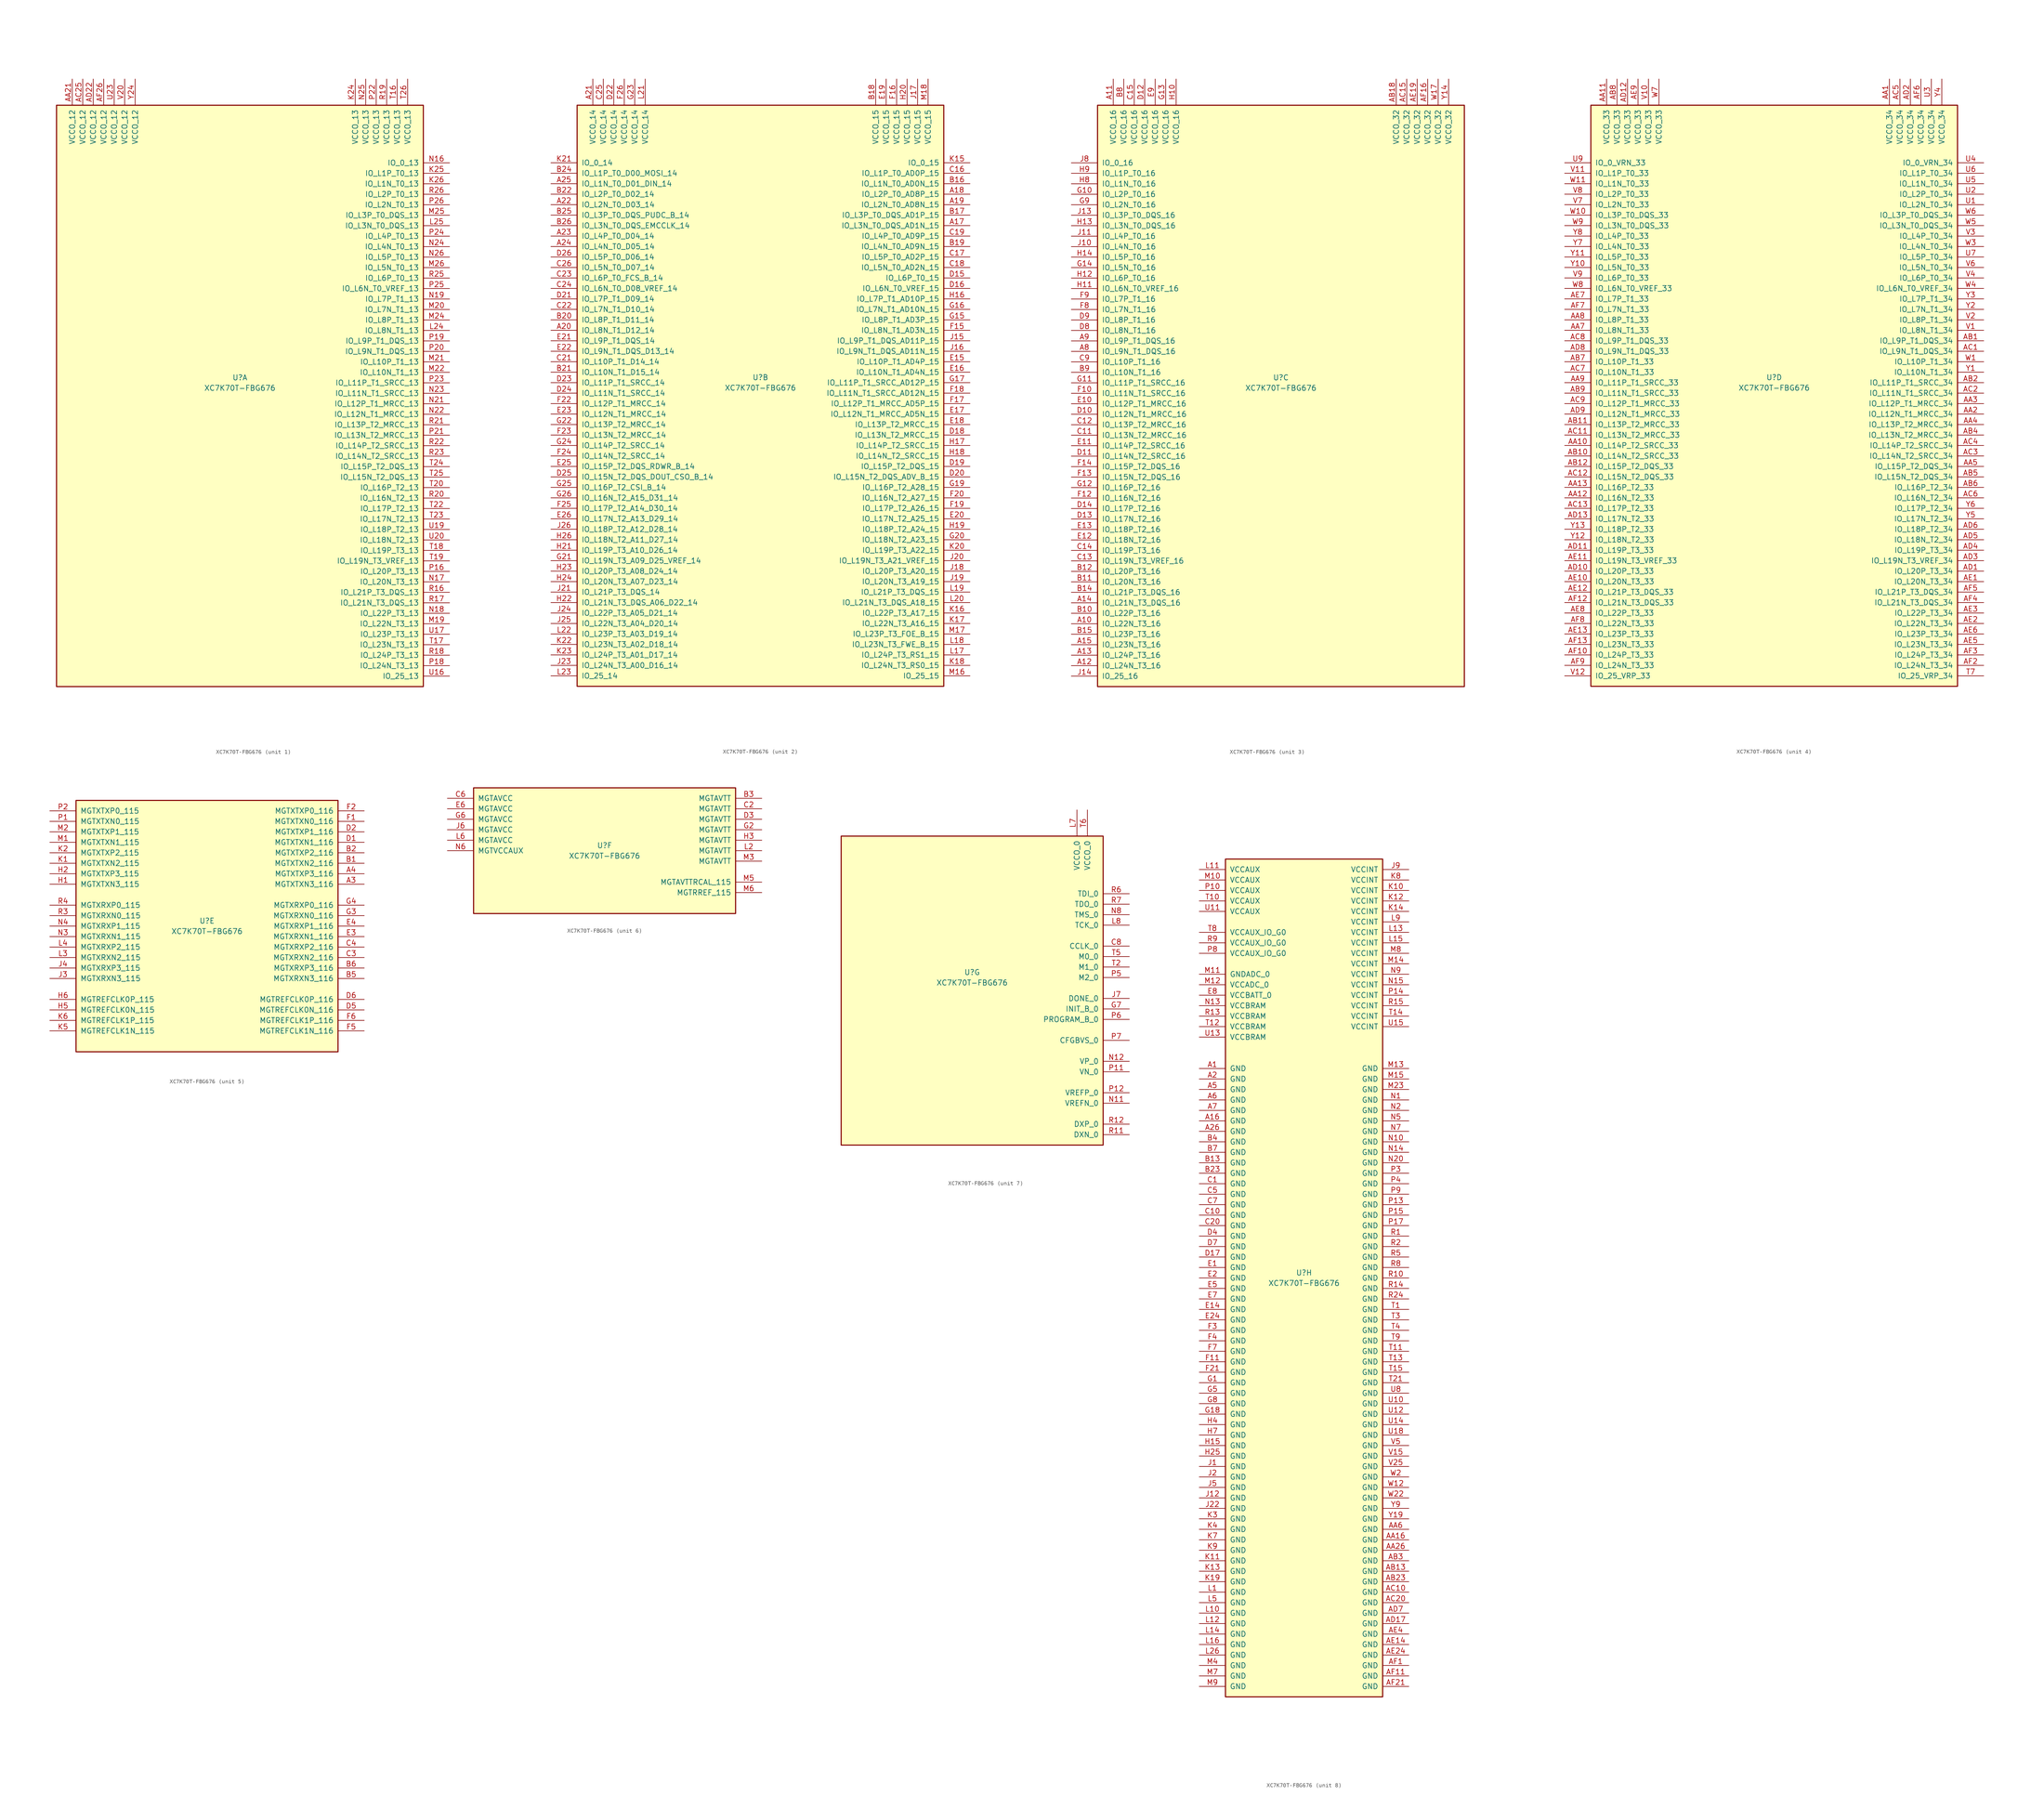
<source format=kicad_sym>
(kicad_symbol_lib
  (version 20201005)
  (generator kicad_symbol_editor)
  (symbol "XC7K70T-FBG676"
    (pin_names
      (offset 1.016))
    (property "Reference" "U"
      (at 0 1.27 0)
      (effects (font (size 1.27 1.27))))
    (property "Value" "XC7K70T-FBG676"
      (at 0 -1.27 0)
      (effects (font (size 1.27 1.27))))
    (property "Datasheet" ""
      (at 0 0 0)
      (effects (font (size 1.27 1.27))))
    (property "ki_locked" ""
      (at 0 0 0)
      (effects (font (size 1.27 1.27))))
    (symbol "XC7K70T-FBG676_1_1"
      (rectangle (start -44.45 67.31) (end 44.45 -73.66) (stroke (width 0.254)) (fill (type background)))
      (pin power_in line (at -40.64 73.66 270) (length 6.35) (name "VCCO_12" (effects (font (size 1.27 1.27)))) (number "AA21" (effects (font (size 1.27 1.27)))))
      (pin power_in line (at -38.1 73.66 270) (length 6.35) (name "VCCO_12" (effects (font (size 1.27 1.27)))) (number "AC25" (effects (font (size 1.27 1.27)))))
      (pin power_in line (at -35.56 73.66 270) (length 6.35) (name "VCCO_12" (effects (font (size 1.27 1.27)))) (number "AD22" (effects (font (size 1.27 1.27)))))
      (pin power_in line (at -33.02 73.66 270) (length 6.35) (name "VCCO_12" (effects (font (size 1.27 1.27)))) (number "AF26" (effects (font (size 1.27 1.27)))))
      (pin power_in line (at 27.94 73.66 270) (length 6.35) (name "VCCO_13" (effects (font (size 1.27 1.27)))) (number "K24" (effects (font (size 1.27 1.27)))))
      (pin bidirectional line (at 50.8 50.8 180) (length 6.35) (name "IO_L1P_T0_13" (effects (font (size 1.27 1.27)))) (number "K25" (effects (font (size 1.27 1.27)))))
      (pin bidirectional line (at 50.8 48.26 180) (length 6.35) (name "IO_L1N_T0_13" (effects (font (size 1.27 1.27)))) (number "K26" (effects (font (size 1.27 1.27)))))
      (pin bidirectional line (at 50.8 12.7 180) (length 6.35) (name "IO_L8N_T1_13" (effects (font (size 1.27 1.27)))) (number "L24" (effects (font (size 1.27 1.27)))))
      (pin bidirectional line (at 50.8 38.1 180) (length 6.35) (name "IO_L3N_T0_DQS_13" (effects (font (size 1.27 1.27)))) (number "L25" (effects (font (size 1.27 1.27)))))
      (pin bidirectional line (at 50.8 -58.42 180) (length 6.35) (name "IO_L22N_T3_13" (effects (font (size 1.27 1.27)))) (number "M19" (effects (font (size 1.27 1.27)))))
      (pin bidirectional line (at 50.8 17.78 180) (length 6.35) (name "IO_L7N_T1_13" (effects (font (size 1.27 1.27)))) (number "M20" (effects (font (size 1.27 1.27)))))
      (pin bidirectional line (at 50.8 5.08 180) (length 6.35) (name "IO_L10P_T1_13" (effects (font (size 1.27 1.27)))) (number "M21" (effects (font (size 1.27 1.27)))))
      (pin bidirectional line (at 50.8 2.54 180) (length 6.35) (name "IO_L10N_T1_13" (effects (font (size 1.27 1.27)))) (number "M22" (effects (font (size 1.27 1.27)))))
      (pin bidirectional line (at 50.8 15.24 180) (length 6.35) (name "IO_L8P_T1_13" (effects (font (size 1.27 1.27)))) (number "M24" (effects (font (size 1.27 1.27)))))
      (pin bidirectional line (at 50.8 40.64 180) (length 6.35) (name "IO_L3P_T0_DQS_13" (effects (font (size 1.27 1.27)))) (number "M25" (effects (font (size 1.27 1.27)))))
      (pin bidirectional line (at 50.8 27.94 180) (length 6.35) (name "IO_L5N_T0_13" (effects (font (size 1.27 1.27)))) (number "M26" (effects (font (size 1.27 1.27)))))
      (pin bidirectional line (at 50.8 53.34 180) (length 6.35) (name "IO_0_13" (effects (font (size 1.27 1.27)))) (number "N16" (effects (font (size 1.27 1.27)))))
      (pin bidirectional line (at 50.8 -48.26 180) (length 6.35) (name "IO_L20N_T3_13" (effects (font (size 1.27 1.27)))) (number "N17" (effects (font (size 1.27 1.27)))))
      (pin bidirectional line (at 50.8 -55.88 180) (length 6.35) (name "IO_L22P_T3_13" (effects (font (size 1.27 1.27)))) (number "N18" (effects (font (size 1.27 1.27)))))
      (pin bidirectional line (at 50.8 20.32 180) (length 6.35) (name "IO_L7P_T1_13" (effects (font (size 1.27 1.27)))) (number "N19" (effects (font (size 1.27 1.27)))))
      (pin bidirectional line (at 50.8 -5.08 180) (length 6.35) (name "IO_L12P_T1_MRCC_13" (effects (font (size 1.27 1.27)))) (number "N21" (effects (font (size 1.27 1.27)))))
      (pin bidirectional line (at 50.8 -7.62 180) (length 6.35) (name "IO_L12N_T1_MRCC_13" (effects (font (size 1.27 1.27)))) (number "N22" (effects (font (size 1.27 1.27)))))
      (pin bidirectional line (at 50.8 -2.54 180) (length 6.35) (name "IO_L11N_T1_SRCC_13" (effects (font (size 1.27 1.27)))) (number "N23" (effects (font (size 1.27 1.27)))))
      (pin bidirectional line (at 50.8 33.02 180) (length 6.35) (name "IO_L4N_T0_13" (effects (font (size 1.27 1.27)))) (number "N24" (effects (font (size 1.27 1.27)))))
      (pin power_in line (at 30.48 73.66 270) (length 6.35) (name "VCCO_13" (effects (font (size 1.27 1.27)))) (number "N25" (effects (font (size 1.27 1.27)))))
      (pin bidirectional line (at 50.8 30.48 180) (length 6.35) (name "IO_L5P_T0_13" (effects (font (size 1.27 1.27)))) (number "N26" (effects (font (size 1.27 1.27)))))
      (pin bidirectional line (at 50.8 -45.72 180) (length 6.35) (name "IO_L20P_T3_13" (effects (font (size 1.27 1.27)))) (number "P16" (effects (font (size 1.27 1.27)))))
      (pin bidirectional line (at 50.8 -68.58 180) (length 6.35) (name "IO_L24N_T3_13" (effects (font (size 1.27 1.27)))) (number "P18" (effects (font (size 1.27 1.27)))))
      (pin bidirectional line (at 50.8 10.16 180) (length 6.35) (name "IO_L9P_T1_DQS_13" (effects (font (size 1.27 1.27)))) (number "P19" (effects (font (size 1.27 1.27)))))
      (pin bidirectional line (at 50.8 7.62 180) (length 6.35) (name "IO_L9N_T1_DQS_13" (effects (font (size 1.27 1.27)))) (number "P20" (effects (font (size 1.27 1.27)))))
      (pin bidirectional line (at 50.8 -12.7 180) (length 6.35) (name "IO_L13N_T2_MRCC_13" (effects (font (size 1.27 1.27)))) (number "P21" (effects (font (size 1.27 1.27)))))
      (pin power_in line (at 33.02 73.66 270) (length 6.35) (name "VCCO_13" (effects (font (size 1.27 1.27)))) (number "P22" (effects (font (size 1.27 1.27)))))
      (pin bidirectional line (at 50.8 0 180) (length 6.35) (name "IO_L11P_T1_SRCC_13" (effects (font (size 1.27 1.27)))) (number "P23" (effects (font (size 1.27 1.27)))))
      (pin bidirectional line (at 50.8 35.56 180) (length 6.35) (name "IO_L4P_T0_13" (effects (font (size 1.27 1.27)))) (number "P24" (effects (font (size 1.27 1.27)))))
      (pin bidirectional line (at 50.8 22.86 180) (length 6.35) (name "IO_L6N_T0_VREF_13" (effects (font (size 1.27 1.27)))) (number "P25" (effects (font (size 1.27 1.27)))))
      (pin bidirectional line (at 50.8 43.18 180) (length 6.35) (name "IO_L2N_T0_13" (effects (font (size 1.27 1.27)))) (number "P26" (effects (font (size 1.27 1.27)))))
      (pin bidirectional line (at 50.8 -50.8 180) (length 6.35) (name "IO_L21P_T3_DQS_13" (effects (font (size 1.27 1.27)))) (number "R16" (effects (font (size 1.27 1.27)))))
      (pin bidirectional line (at 50.8 -53.34 180) (length 6.35) (name "IO_L21N_T3_DQS_13" (effects (font (size 1.27 1.27)))) (number "R17" (effects (font (size 1.27 1.27)))))
      (pin bidirectional line (at 50.8 -66.04 180) (length 6.35) (name "IO_L24P_T3_13" (effects (font (size 1.27 1.27)))) (number "R18" (effects (font (size 1.27 1.27)))))
      (pin power_in line (at 35.56 73.66 270) (length 6.35) (name "VCCO_13" (effects (font (size 1.27 1.27)))) (number "R19" (effects (font (size 1.27 1.27)))))
      (pin bidirectional line (at 50.8 -27.94 180) (length 6.35) (name "IO_L16N_T2_13" (effects (font (size 1.27 1.27)))) (number "R20" (effects (font (size 1.27 1.27)))))
      (pin bidirectional line (at 50.8 -10.16 180) (length 6.35) (name "IO_L13P_T2_MRCC_13" (effects (font (size 1.27 1.27)))) (number "R21" (effects (font (size 1.27 1.27)))))
      (pin bidirectional line (at 50.8 -15.24 180) (length 6.35) (name "IO_L14P_T2_SRCC_13" (effects (font (size 1.27 1.27)))) (number "R22" (effects (font (size 1.27 1.27)))))
      (pin bidirectional line (at 50.8 -17.78 180) (length 6.35) (name "IO_L14N_T2_SRCC_13" (effects (font (size 1.27 1.27)))) (number "R23" (effects (font (size 1.27 1.27)))))
      (pin bidirectional line (at 50.8 25.4 180) (length 6.35) (name "IO_L6P_T0_13" (effects (font (size 1.27 1.27)))) (number "R25" (effects (font (size 1.27 1.27)))))
      (pin bidirectional line (at 50.8 45.72 180) (length 6.35) (name "IO_L2P_T0_13" (effects (font (size 1.27 1.27)))) (number "R26" (effects (font (size 1.27 1.27)))))
      (pin power_in line (at 38.1 73.66 270) (length 6.35) (name "VCCO_13" (effects (font (size 1.27 1.27)))) (number "T16" (effects (font (size 1.27 1.27)))))
      (pin bidirectional line (at 50.8 -63.5 180) (length 6.35) (name "IO_L23N_T3_13" (effects (font (size 1.27 1.27)))) (number "T17" (effects (font (size 1.27 1.27)))))
      (pin bidirectional line (at 50.8 -40.64 180) (length 6.35) (name "IO_L19P_T3_13" (effects (font (size 1.27 1.27)))) (number "T18" (effects (font (size 1.27 1.27)))))
      (pin bidirectional line (at 50.8 -43.18 180) (length 6.35) (name "IO_L19N_T3_VREF_13" (effects (font (size 1.27 1.27)))) (number "T19" (effects (font (size 1.27 1.27)))))
      (pin bidirectional line (at 50.8 -25.4 180) (length 6.35) (name "IO_L16P_T2_13" (effects (font (size 1.27 1.27)))) (number "T20" (effects (font (size 1.27 1.27)))))
      (pin bidirectional line (at 50.8 -30.48 180) (length 6.35) (name "IO_L17P_T2_13" (effects (font (size 1.27 1.27)))) (number "T22" (effects (font (size 1.27 1.27)))))
      (pin bidirectional line (at 50.8 -33.02 180) (length 6.35) (name "IO_L17N_T2_13" (effects (font (size 1.27 1.27)))) (number "T23" (effects (font (size 1.27 1.27)))))
      (pin bidirectional line (at 50.8 -20.32 180) (length 6.35) (name "IO_L15P_T2_DQS_13" (effects (font (size 1.27 1.27)))) (number "T24" (effects (font (size 1.27 1.27)))))
      (pin bidirectional line (at 50.8 -22.86 180) (length 6.35) (name "IO_L15N_T2_DQS_13" (effects (font (size 1.27 1.27)))) (number "T25" (effects (font (size 1.27 1.27)))))
      (pin power_in line (at 40.64 73.66 270) (length 6.35) (name "VCCO_13" (effects (font (size 1.27 1.27)))) (number "T26" (effects (font (size 1.27 1.27)))))
      (pin bidirectional line (at 50.8 -71.12 180) (length 6.35) (name "IO_25_13" (effects (font (size 1.27 1.27)))) (number "U16" (effects (font (size 1.27 1.27)))))
      (pin bidirectional line (at 50.8 -60.96 180) (length 6.35) (name "IO_L23P_T3_13" (effects (font (size 1.27 1.27)))) (number "U17" (effects (font (size 1.27 1.27)))))
      (pin bidirectional line (at 50.8 -35.56 180) (length 6.35) (name "IO_L18P_T2_13" (effects (font (size 1.27 1.27)))) (number "U19" (effects (font (size 1.27 1.27)))))
      (pin bidirectional line (at 50.8 -38.1 180) (length 6.35) (name "IO_L18N_T2_13" (effects (font (size 1.27 1.27)))) (number "U20" (effects (font (size 1.27 1.27)))))
      (pin power_in line (at -30.48 73.66 270) (length 6.35) (name "VCCO_12" (effects (font (size 1.27 1.27)))) (number "U23" (effects (font (size 1.27 1.27)))))
      (pin power_in line (at -27.94 73.66 270) (length 6.35) (name "VCCO_12" (effects (font (size 1.27 1.27)))) (number "V20" (effects (font (size 1.27 1.27)))))
      (pin power_in line (at -25.4 73.66 270) (length 6.35) (name "VCCO_12" (effects (font (size 1.27 1.27)))) (number "Y24" (effects (font (size 1.27 1.27))))))
    (symbol "XC7K70T-FBG676_2_1"
      (rectangle (start -44.45 67.31) (end 44.45 -73.66) (stroke (width 0.254)) (fill (type background)))
      (pin bidirectional line (at 50.8 38.1 180) (length 6.35) (name "IO_L3N_T0_DQS_AD1N_15" (effects (font (size 1.27 1.27)))) (number "A17" (effects (font (size 1.27 1.27)))))
      (pin bidirectional line (at 50.8 45.72 180) (length 6.35) (name "IO_L2P_T0_AD8P_15" (effects (font (size 1.27 1.27)))) (number "A18" (effects (font (size 1.27 1.27)))))
      (pin bidirectional line (at 50.8 43.18 180) (length 6.35) (name "IO_L2N_T0_AD8N_15" (effects (font (size 1.27 1.27)))) (number "A19" (effects (font (size 1.27 1.27)))))
      (pin bidirectional line (at -50.8 12.7 0) (length 6.35) (name "IO_L8N_T1_D12_14" (effects (font (size 1.27 1.27)))) (number "A20" (effects (font (size 1.27 1.27)))))
      (pin power_in line (at -40.64 73.66 270) (length 6.35) (name "VCCO_14" (effects (font (size 1.27 1.27)))) (number "A21" (effects (font (size 1.27 1.27)))))
      (pin bidirectional line (at -50.8 43.18 0) (length 6.35) (name "IO_L2N_T0_D03_14" (effects (font (size 1.27 1.27)))) (number "A22" (effects (font (size 1.27 1.27)))))
      (pin bidirectional line (at -50.8 35.56 0) (length 6.35) (name "IO_L4P_T0_D04_14" (effects (font (size 1.27 1.27)))) (number "A23" (effects (font (size 1.27 1.27)))))
      (pin bidirectional line (at -50.8 33.02 0) (length 6.35) (name "IO_L4N_T0_D05_14" (effects (font (size 1.27 1.27)))) (number "A24" (effects (font (size 1.27 1.27)))))
      (pin bidirectional line (at -50.8 48.26 0) (length 6.35) (name "IO_L1N_T0_D01_DIN_14" (effects (font (size 1.27 1.27)))) (number "A25" (effects (font (size 1.27 1.27)))))
      (pin bidirectional line (at 50.8 48.26 180) (length 6.35) (name "IO_L1N_T0_AD0N_15" (effects (font (size 1.27 1.27)))) (number "B16" (effects (font (size 1.27 1.27)))))
      (pin bidirectional line (at 50.8 40.64 180) (length 6.35) (name "IO_L3P_T0_DQS_AD1P_15" (effects (font (size 1.27 1.27)))) (number "B17" (effects (font (size 1.27 1.27)))))
      (pin power_in line (at 27.94 73.66 270) (length 6.35) (name "VCCO_15" (effects (font (size 1.27 1.27)))) (number "B18" (effects (font (size 1.27 1.27)))))
      (pin bidirectional line (at 50.8 33.02 180) (length 6.35) (name "IO_L4N_T0_AD9N_15" (effects (font (size 1.27 1.27)))) (number "B19" (effects (font (size 1.27 1.27)))))
      (pin bidirectional line (at -50.8 15.24 0) (length 6.35) (name "IO_L8P_T1_D11_14" (effects (font (size 1.27 1.27)))) (number "B20" (effects (font (size 1.27 1.27)))))
      (pin bidirectional line (at -50.8 2.54 0) (length 6.35) (name "IO_L10N_T1_D15_14" (effects (font (size 1.27 1.27)))) (number "B21" (effects (font (size 1.27 1.27)))))
      (pin bidirectional line (at -50.8 45.72 0) (length 6.35) (name "IO_L2P_T0_D02_14" (effects (font (size 1.27 1.27)))) (number "B22" (effects (font (size 1.27 1.27)))))
      (pin bidirectional line (at -50.8 50.8 0) (length 6.35) (name "IO_L1P_T0_D00_MOSI_14" (effects (font (size 1.27 1.27)))) (number "B24" (effects (font (size 1.27 1.27)))))
      (pin bidirectional line (at -50.8 40.64 0) (length 6.35) (name "IO_L3P_T0_DQS_PUDC_B_14" (effects (font (size 1.27 1.27)))) (number "B25" (effects (font (size 1.27 1.27)))))
      (pin bidirectional line (at -50.8 38.1 0) (length 6.35) (name "IO_L3N_T0_DQS_EMCCLK_14" (effects (font (size 1.27 1.27)))) (number "B26" (effects (font (size 1.27 1.27)))))
      (pin bidirectional line (at 50.8 50.8 180) (length 6.35) (name "IO_L1P_T0_AD0P_15" (effects (font (size 1.27 1.27)))) (number "C16" (effects (font (size 1.27 1.27)))))
      (pin bidirectional line (at 50.8 30.48 180) (length 6.35) (name "IO_L5P_T0_AD2P_15" (effects (font (size 1.27 1.27)))) (number "C17" (effects (font (size 1.27 1.27)))))
      (pin bidirectional line (at 50.8 27.94 180) (length 6.35) (name "IO_L5N_T0_AD2N_15" (effects (font (size 1.27 1.27)))) (number "C18" (effects (font (size 1.27 1.27)))))
      (pin bidirectional line (at 50.8 35.56 180) (length 6.35) (name "IO_L4P_T0_AD9P_15" (effects (font (size 1.27 1.27)))) (number "C19" (effects (font (size 1.27 1.27)))))
      (pin bidirectional line (at -50.8 5.08 0) (length 6.35) (name "IO_L10P_T1_D14_14" (effects (font (size 1.27 1.27)))) (number "C21" (effects (font (size 1.27 1.27)))))
      (pin bidirectional line (at -50.8 17.78 0) (length 6.35) (name "IO_L7N_T1_D10_14" (effects (font (size 1.27 1.27)))) (number "C22" (effects (font (size 1.27 1.27)))))
      (pin bidirectional line (at -50.8 25.4 0) (length 6.35) (name "IO_L6P_T0_FCS_B_14" (effects (font (size 1.27 1.27)))) (number "C23" (effects (font (size 1.27 1.27)))))
      (pin bidirectional line (at -50.8 22.86 0) (length 6.35) (name "IO_L6N_T0_D08_VREF_14" (effects (font (size 1.27 1.27)))) (number "C24" (effects (font (size 1.27 1.27)))))
      (pin power_in line (at -38.1 73.66 270) (length 6.35) (name "VCCO_14" (effects (font (size 1.27 1.27)))) (number "C25" (effects (font (size 1.27 1.27)))))
      (pin bidirectional line (at -50.8 27.94 0) (length 6.35) (name "IO_L5N_T0_D07_14" (effects (font (size 1.27 1.27)))) (number "C26" (effects (font (size 1.27 1.27)))))
      (pin bidirectional line (at 50.8 25.4 180) (length 6.35) (name "IO_L6P_T0_15" (effects (font (size 1.27 1.27)))) (number "D15" (effects (font (size 1.27 1.27)))))
      (pin bidirectional line (at 50.8 22.86 180) (length 6.35) (name "IO_L6N_T0_VREF_15" (effects (font (size 1.27 1.27)))) (number "D16" (effects (font (size 1.27 1.27)))))
      (pin bidirectional line (at 50.8 -12.7 180) (length 6.35) (name "IO_L13N_T2_MRCC_15" (effects (font (size 1.27 1.27)))) (number "D18" (effects (font (size 1.27 1.27)))))
      (pin bidirectional line (at 50.8 -20.32 180) (length 6.35) (name "IO_L15P_T2_DQS_15" (effects (font (size 1.27 1.27)))) (number "D19" (effects (font (size 1.27 1.27)))))
      (pin bidirectional line (at 50.8 -22.86 180) (length 6.35) (name "IO_L15N_T2_DQS_ADV_B_15" (effects (font (size 1.27 1.27)))) (number "D20" (effects (font (size 1.27 1.27)))))
      (pin bidirectional line (at -50.8 20.32 0) (length 6.35) (name "IO_L7P_T1_D09_14" (effects (font (size 1.27 1.27)))) (number "D21" (effects (font (size 1.27 1.27)))))
      (pin power_in line (at -35.56 73.66 270) (length 6.35) (name "VCCO_14" (effects (font (size 1.27 1.27)))) (number "D22" (effects (font (size 1.27 1.27)))))
      (pin bidirectional line (at -50.8 0 0) (length 6.35) (name "IO_L11P_T1_SRCC_14" (effects (font (size 1.27 1.27)))) (number "D23" (effects (font (size 1.27 1.27)))))
      (pin bidirectional line (at -50.8 -2.54 0) (length 6.35) (name "IO_L11N_T1_SRCC_14" (effects (font (size 1.27 1.27)))) (number "D24" (effects (font (size 1.27 1.27)))))
      (pin bidirectional line (at -50.8 -22.86 0) (length 6.35) (name "IO_L15N_T2_DQS_DOUT_CSO_B_14" (effects (font (size 1.27 1.27)))) (number "D25" (effects (font (size 1.27 1.27)))))
      (pin bidirectional line (at -50.8 30.48 0) (length 6.35) (name "IO_L5P_T0_D06_14" (effects (font (size 1.27 1.27)))) (number "D26" (effects (font (size 1.27 1.27)))))
      (pin bidirectional line (at 50.8 5.08 180) (length 6.35) (name "IO_L10P_T1_AD4P_15" (effects (font (size 1.27 1.27)))) (number "E15" (effects (font (size 1.27 1.27)))))
      (pin bidirectional line (at 50.8 2.54 180) (length 6.35) (name "IO_L10N_T1_AD4N_15" (effects (font (size 1.27 1.27)))) (number "E16" (effects (font (size 1.27 1.27)))))
      (pin bidirectional line (at 50.8 -7.62 180) (length 6.35) (name "IO_L12N_T1_MRCC_AD5N_15" (effects (font (size 1.27 1.27)))) (number "E17" (effects (font (size 1.27 1.27)))))
      (pin bidirectional line (at 50.8 -10.16 180) (length 6.35) (name "IO_L13P_T2_MRCC_15" (effects (font (size 1.27 1.27)))) (number "E18" (effects (font (size 1.27 1.27)))))
      (pin power_in line (at 30.48 73.66 270) (length 6.35) (name "VCCO_15" (effects (font (size 1.27 1.27)))) (number "E19" (effects (font (size 1.27 1.27)))))
      (pin bidirectional line (at 50.8 -33.02 180) (length 6.35) (name "IO_L17N_T2_A25_15" (effects (font (size 1.27 1.27)))) (number "E20" (effects (font (size 1.27 1.27)))))
      (pin bidirectional line (at -50.8 10.16 0) (length 6.35) (name "IO_L9P_T1_DQS_14" (effects (font (size 1.27 1.27)))) (number "E21" (effects (font (size 1.27 1.27)))))
      (pin bidirectional line (at -50.8 7.62 0) (length 6.35) (name "IO_L9N_T1_DQS_D13_14" (effects (font (size 1.27 1.27)))) (number "E22" (effects (font (size 1.27 1.27)))))
      (pin bidirectional line (at -50.8 -7.62 0) (length 6.35) (name "IO_L12N_T1_MRCC_14" (effects (font (size 1.27 1.27)))) (number "E23" (effects (font (size 1.27 1.27)))))
      (pin bidirectional line (at -50.8 -20.32 0) (length 6.35) (name "IO_L15P_T2_DQS_RDWR_B_14" (effects (font (size 1.27 1.27)))) (number "E25" (effects (font (size 1.27 1.27)))))
      (pin bidirectional line (at -50.8 -33.02 0) (length 6.35) (name "IO_L17N_T2_A13_D29_14" (effects (font (size 1.27 1.27)))) (number "E26" (effects (font (size 1.27 1.27)))))
      (pin bidirectional line (at 50.8 12.7 180) (length 6.35) (name "IO_L8N_T1_AD3N_15" (effects (font (size 1.27 1.27)))) (number "F15" (effects (font (size 1.27 1.27)))))
      (pin power_in line (at 33.02 73.66 270) (length 6.35) (name "VCCO_15" (effects (font (size 1.27 1.27)))) (number "F16" (effects (font (size 1.27 1.27)))))
      (pin bidirectional line (at 50.8 -5.08 180) (length 6.35) (name "IO_L12P_T1_MRCC_AD5P_15" (effects (font (size 1.27 1.27)))) (number "F17" (effects (font (size 1.27 1.27)))))
      (pin bidirectional line (at 50.8 -2.54 180) (length 6.35) (name "IO_L11N_T1_SRCC_AD12N_15" (effects (font (size 1.27 1.27)))) (number "F18" (effects (font (size 1.27 1.27)))))
      (pin bidirectional line (at 50.8 -30.48 180) (length 6.35) (name "IO_L17P_T2_A26_15" (effects (font (size 1.27 1.27)))) (number "F19" (effects (font (size 1.27 1.27)))))
      (pin bidirectional line (at 50.8 -27.94 180) (length 6.35) (name "IO_L16N_T2_A27_15" (effects (font (size 1.27 1.27)))) (number "F20" (effects (font (size 1.27 1.27)))))
      (pin bidirectional line (at -50.8 -5.08 0) (length 6.35) (name "IO_L12P_T1_MRCC_14" (effects (font (size 1.27 1.27)))) (number "F22" (effects (font (size 1.27 1.27)))))
      (pin bidirectional line (at -50.8 -12.7 0) (length 6.35) (name "IO_L13N_T2_MRCC_14" (effects (font (size 1.27 1.27)))) (number "F23" (effects (font (size 1.27 1.27)))))
      (pin bidirectional line (at -50.8 -17.78 0) (length 6.35) (name "IO_L14N_T2_SRCC_14" (effects (font (size 1.27 1.27)))) (number "F24" (effects (font (size 1.27 1.27)))))
      (pin bidirectional line (at -50.8 -30.48 0) (length 6.35) (name "IO_L17P_T2_A14_D30_14" (effects (font (size 1.27 1.27)))) (number "F25" (effects (font (size 1.27 1.27)))))
      (pin power_in line (at -33.02 73.66 270) (length 6.35) (name "VCCO_14" (effects (font (size 1.27 1.27)))) (number "F26" (effects (font (size 1.27 1.27)))))
      (pin bidirectional line (at 50.8 15.24 180) (length 6.35) (name "IO_L8P_T1_AD3P_15" (effects (font (size 1.27 1.27)))) (number "G15" (effects (font (size 1.27 1.27)))))
      (pin bidirectional line (at 50.8 17.78 180) (length 6.35) (name "IO_L7N_T1_AD10N_15" (effects (font (size 1.27 1.27)))) (number "G16" (effects (font (size 1.27 1.27)))))
      (pin bidirectional line (at 50.8 0 180) (length 6.35) (name "IO_L11P_T1_SRCC_AD12P_15" (effects (font (size 1.27 1.27)))) (number "G17" (effects (font (size 1.27 1.27)))))
      (pin bidirectional line (at 50.8 -25.4 180) (length 6.35) (name "IO_L16P_T2_A28_15" (effects (font (size 1.27 1.27)))) (number "G19" (effects (font (size 1.27 1.27)))))
      (pin bidirectional line (at 50.8 -38.1 180) (length 6.35) (name "IO_L18N_T2_A23_15" (effects (font (size 1.27 1.27)))) (number "G20" (effects (font (size 1.27 1.27)))))
      (pin bidirectional line (at -50.8 -43.18 0) (length 6.35) (name "IO_L19N_T3_A09_D25_VREF_14" (effects (font (size 1.27 1.27)))) (number "G21" (effects (font (size 1.27 1.27)))))
      (pin bidirectional line (at -50.8 -10.16 0) (length 6.35) (name "IO_L13P_T2_MRCC_14" (effects (font (size 1.27 1.27)))) (number "G22" (effects (font (size 1.27 1.27)))))
      (pin power_in line (at -30.48 73.66 270) (length 6.35) (name "VCCO_14" (effects (font (size 1.27 1.27)))) (number "G23" (effects (font (size 1.27 1.27)))))
      (pin bidirectional line (at -50.8 -15.24 0) (length 6.35) (name "IO_L14P_T2_SRCC_14" (effects (font (size 1.27 1.27)))) (number "G24" (effects (font (size 1.27 1.27)))))
      (pin bidirectional line (at -50.8 -25.4 0) (length 6.35) (name "IO_L16P_T2_CSI_B_14" (effects (font (size 1.27 1.27)))) (number "G25" (effects (font (size 1.27 1.27)))))
      (pin bidirectional line (at -50.8 -27.94 0) (length 6.35) (name "IO_L16N_T2_A15_D31_14" (effects (font (size 1.27 1.27)))) (number "G26" (effects (font (size 1.27 1.27)))))
      (pin bidirectional line (at 50.8 20.32 180) (length 6.35) (name "IO_L7P_T1_AD10P_15" (effects (font (size 1.27 1.27)))) (number "H16" (effects (font (size 1.27 1.27)))))
      (pin bidirectional line (at 50.8 -15.24 180) (length 6.35) (name "IO_L14P_T2_SRCC_15" (effects (font (size 1.27 1.27)))) (number "H17" (effects (font (size 1.27 1.27)))))
      (pin bidirectional line (at 50.8 -17.78 180) (length 6.35) (name "IO_L14N_T2_SRCC_15" (effects (font (size 1.27 1.27)))) (number "H18" (effects (font (size 1.27 1.27)))))
      (pin bidirectional line (at 50.8 -35.56 180) (length 6.35) (name "IO_L18P_T2_A24_15" (effects (font (size 1.27 1.27)))) (number "H19" (effects (font (size 1.27 1.27)))))
      (pin power_in line (at 35.56 73.66 270) (length 6.35) (name "VCCO_15" (effects (font (size 1.27 1.27)))) (number "H20" (effects (font (size 1.27 1.27)))))
      (pin bidirectional line (at -50.8 -40.64 0) (length 6.35) (name "IO_L19P_T3_A10_D26_14" (effects (font (size 1.27 1.27)))) (number "H21" (effects (font (size 1.27 1.27)))))
      (pin bidirectional line (at -50.8 -53.34 0) (length 6.35) (name "IO_L21N_T3_DQS_A06_D22_14" (effects (font (size 1.27 1.27)))) (number "H22" (effects (font (size 1.27 1.27)))))
      (pin bidirectional line (at -50.8 -45.72 0) (length 6.35) (name "IO_L20P_T3_A08_D24_14" (effects (font (size 1.27 1.27)))) (number "H23" (effects (font (size 1.27 1.27)))))
      (pin bidirectional line (at -50.8 -48.26 0) (length 6.35) (name "IO_L20N_T3_A07_D23_14" (effects (font (size 1.27 1.27)))) (number "H24" (effects (font (size 1.27 1.27)))))
      (pin bidirectional line (at -50.8 -38.1 0) (length 6.35) (name "IO_L18N_T2_A11_D27_14" (effects (font (size 1.27 1.27)))) (number "H26" (effects (font (size 1.27 1.27)))))
      (pin bidirectional line (at 50.8 10.16 180) (length 6.35) (name "IO_L9P_T1_DQS_AD11P_15" (effects (font (size 1.27 1.27)))) (number "J15" (effects (font (size 1.27 1.27)))))
      (pin bidirectional line (at 50.8 7.62 180) (length 6.35) (name "IO_L9N_T1_DQS_AD11N_15" (effects (font (size 1.27 1.27)))) (number "J16" (effects (font (size 1.27 1.27)))))
      (pin power_in line (at 38.1 73.66 270) (length 6.35) (name "VCCO_15" (effects (font (size 1.27 1.27)))) (number "J17" (effects (font (size 1.27 1.27)))))
      (pin bidirectional line (at 50.8 -45.72 180) (length 6.35) (name "IO_L20P_T3_A20_15" (effects (font (size 1.27 1.27)))) (number "J18" (effects (font (size 1.27 1.27)))))
      (pin bidirectional line (at 50.8 -48.26 180) (length 6.35) (name "IO_L20N_T3_A19_15" (effects (font (size 1.27 1.27)))) (number "J19" (effects (font (size 1.27 1.27)))))
      (pin bidirectional line (at 50.8 -43.18 180) (length 6.35) (name "IO_L19N_T3_A21_VREF_15" (effects (font (size 1.27 1.27)))) (number "J20" (effects (font (size 1.27 1.27)))))
      (pin bidirectional line (at -50.8 -50.8 0) (length 6.35) (name "IO_L21P_T3_DQS_14" (effects (font (size 1.27 1.27)))) (number "J21" (effects (font (size 1.27 1.27)))))
      (pin bidirectional line (at -50.8 -68.58 0) (length 6.35) (name "IO_L24N_T3_A00_D16_14" (effects (font (size 1.27 1.27)))) (number "J23" (effects (font (size 1.27 1.27)))))
      (pin bidirectional line (at -50.8 -55.88 0) (length 6.35) (name "IO_L22P_T3_A05_D21_14" (effects (font (size 1.27 1.27)))) (number "J24" (effects (font (size 1.27 1.27)))))
      (pin bidirectional line (at -50.8 -58.42 0) (length 6.35) (name "IO_L22N_T3_A04_D20_14" (effects (font (size 1.27 1.27)))) (number "J25" (effects (font (size 1.27 1.27)))))
      (pin bidirectional line (at -50.8 -35.56 0) (length 6.35) (name "IO_L18P_T2_A12_D28_14" (effects (font (size 1.27 1.27)))) (number "J26" (effects (font (size 1.27 1.27)))))
      (pin bidirectional line (at 50.8 53.34 180) (length 6.35) (name "IO_0_15" (effects (font (size 1.27 1.27)))) (number "K15" (effects (font (size 1.27 1.27)))))
      (pin bidirectional line (at 50.8 -55.88 180) (length 6.35) (name "IO_L22P_T3_A17_15" (effects (font (size 1.27 1.27)))) (number "K16" (effects (font (size 1.27 1.27)))))
      (pin bidirectional line (at 50.8 -58.42 180) (length 6.35) (name "IO_L22N_T3_A16_15" (effects (font (size 1.27 1.27)))) (number "K17" (effects (font (size 1.27 1.27)))))
      (pin bidirectional line (at 50.8 -68.58 180) (length 6.35) (name "IO_L24N_T3_RS0_15" (effects (font (size 1.27 1.27)))) (number "K18" (effects (font (size 1.27 1.27)))))
      (pin bidirectional line (at 50.8 -40.64 180) (length 6.35) (name "IO_L19P_T3_A22_15" (effects (font (size 1.27 1.27)))) (number "K20" (effects (font (size 1.27 1.27)))))
      (pin bidirectional line (at -50.8 53.34 0) (length 6.35) (name "IO_0_14" (effects (font (size 1.27 1.27)))) (number "K21" (effects (font (size 1.27 1.27)))))
      (pin bidirectional line (at -50.8 -63.5 0) (length 6.35) (name "IO_L23N_T3_A02_D18_14" (effects (font (size 1.27 1.27)))) (number "K22" (effects (font (size 1.27 1.27)))))
      (pin bidirectional line (at -50.8 -66.04 0) (length 6.35) (name "IO_L24P_T3_A01_D17_14" (effects (font (size 1.27 1.27)))) (number "K23" (effects (font (size 1.27 1.27)))))
      (pin bidirectional line (at 50.8 -66.04 180) (length 6.35) (name "IO_L24P_T3_RS1_15" (effects (font (size 1.27 1.27)))) (number "L17" (effects (font (size 1.27 1.27)))))
      (pin bidirectional line (at 50.8 -63.5 180) (length 6.35) (name "IO_L23N_T3_FWE_B_15" (effects (font (size 1.27 1.27)))) (number "L18" (effects (font (size 1.27 1.27)))))
      (pin bidirectional line (at 50.8 -50.8 180) (length 6.35) (name "IO_L21P_T3_DQS_15" (effects (font (size 1.27 1.27)))) (number "L19" (effects (font (size 1.27 1.27)))))
      (pin bidirectional line (at 50.8 -53.34 180) (length 6.35) (name "IO_L21N_T3_DQS_A18_15" (effects (font (size 1.27 1.27)))) (number "L20" (effects (font (size 1.27 1.27)))))
      (pin power_in line (at -27.94 73.66 270) (length 6.35) (name "VCCO_14" (effects (font (size 1.27 1.27)))) (number "L21" (effects (font (size 1.27 1.27)))))
      (pin bidirectional line (at -50.8 -60.96 0) (length 6.35) (name "IO_L23P_T3_A03_D19_14" (effects (font (size 1.27 1.27)))) (number "L22" (effects (font (size 1.27 1.27)))))
      (pin bidirectional line (at -50.8 -71.12 0) (length 6.35) (name "IO_25_14" (effects (font (size 1.27 1.27)))) (number "L23" (effects (font (size 1.27 1.27)))))
      (pin bidirectional line (at 50.8 -71.12 180) (length 6.35) (name "IO_25_15" (effects (font (size 1.27 1.27)))) (number "M16" (effects (font (size 1.27 1.27)))))
      (pin bidirectional line (at 50.8 -60.96 180) (length 6.35) (name "IO_L23P_T3_FOE_B_15" (effects (font (size 1.27 1.27)))) (number "M17" (effects (font (size 1.27 1.27)))))
      (pin power_in line (at 40.64 73.66 270) (length 6.35) (name "VCCO_15" (effects (font (size 1.27 1.27)))) (number "M18" (effects (font (size 1.27 1.27))))))
    (symbol "XC7K70T-FBG676_3_1"
      (rectangle (start -44.45 67.31) (end 44.45 -73.66) (stroke (width 0.254)) (fill (type background)))
      (pin bidirectional line (at -50.8 -58.42 0) (length 6.35) (name "IO_L22N_T3_16" (effects (font (size 1.27 1.27)))) (number "A10" (effects (font (size 1.27 1.27)))))
      (pin power_in line (at -40.64 73.66 270) (length 6.35) (name "VCCO_16" (effects (font (size 1.27 1.27)))) (number "A11" (effects (font (size 1.27 1.27)))))
      (pin bidirectional line (at -50.8 -68.58 0) (length 6.35) (name "IO_L24N_T3_16" (effects (font (size 1.27 1.27)))) (number "A12" (effects (font (size 1.27 1.27)))))
      (pin bidirectional line (at -50.8 -66.04 0) (length 6.35) (name "IO_L24P_T3_16" (effects (font (size 1.27 1.27)))) (number "A13" (effects (font (size 1.27 1.27)))))
      (pin bidirectional line (at -50.8 -53.34 0) (length 6.35) (name "IO_L21N_T3_DQS_16" (effects (font (size 1.27 1.27)))) (number "A14" (effects (font (size 1.27 1.27)))))
      (pin bidirectional line (at -50.8 -63.5 0) (length 6.35) (name "IO_L23N_T3_16" (effects (font (size 1.27 1.27)))) (number "A15" (effects (font (size 1.27 1.27)))))
      (pin bidirectional line (at -50.8 7.62 0) (length 6.35) (name "IO_L9N_T1_DQS_16" (effects (font (size 1.27 1.27)))) (number "A8" (effects (font (size 1.27 1.27)))))
      (pin bidirectional line (at -50.8 10.16 0) (length 6.35) (name "IO_L9P_T1_DQS_16" (effects (font (size 1.27 1.27)))) (number "A9" (effects (font (size 1.27 1.27)))))
      (pin power_in line (at 27.94 73.66 270) (length 6.35) (name "VCCO_32" (effects (font (size 1.27 1.27)))) (number "AB18" (effects (font (size 1.27 1.27)))))
      (pin power_in line (at 30.48 73.66 270) (length 6.35) (name "VCCO_32" (effects (font (size 1.27 1.27)))) (number "AC15" (effects (font (size 1.27 1.27)))))
      (pin power_in line (at 33.02 73.66 270) (length 6.35) (name "VCCO_32" (effects (font (size 1.27 1.27)))) (number "AE19" (effects (font (size 1.27 1.27)))))
      (pin power_in line (at 35.56 73.66 270) (length 6.35) (name "VCCO_32" (effects (font (size 1.27 1.27)))) (number "AF16" (effects (font (size 1.27 1.27)))))
      (pin bidirectional line (at -50.8 -55.88 0) (length 6.35) (name "IO_L22P_T3_16" (effects (font (size 1.27 1.27)))) (number "B10" (effects (font (size 1.27 1.27)))))
      (pin bidirectional line (at -50.8 -48.26 0) (length 6.35) (name "IO_L20N_T3_16" (effects (font (size 1.27 1.27)))) (number "B11" (effects (font (size 1.27 1.27)))))
      (pin bidirectional line (at -50.8 -45.72 0) (length 6.35) (name "IO_L20P_T3_16" (effects (font (size 1.27 1.27)))) (number "B12" (effects (font (size 1.27 1.27)))))
      (pin bidirectional line (at -50.8 -50.8 0) (length 6.35) (name "IO_L21P_T3_DQS_16" (effects (font (size 1.27 1.27)))) (number "B14" (effects (font (size 1.27 1.27)))))
      (pin bidirectional line (at -50.8 -60.96 0) (length 6.35) (name "IO_L23P_T3_16" (effects (font (size 1.27 1.27)))) (number "B15" (effects (font (size 1.27 1.27)))))
      (pin power_in line (at -38.1 73.66 270) (length 6.35) (name "VCCO_16" (effects (font (size 1.27 1.27)))) (number "B8" (effects (font (size 1.27 1.27)))))
      (pin bidirectional line (at -50.8 2.54 0) (length 6.35) (name "IO_L10N_T1_16" (effects (font (size 1.27 1.27)))) (number "B9" (effects (font (size 1.27 1.27)))))
      (pin bidirectional line (at -50.8 -12.7 0) (length 6.35) (name "IO_L13N_T2_MRCC_16" (effects (font (size 1.27 1.27)))) (number "C11" (effects (font (size 1.27 1.27)))))
      (pin bidirectional line (at -50.8 -10.16 0) (length 6.35) (name "IO_L13P_T2_MRCC_16" (effects (font (size 1.27 1.27)))) (number "C12" (effects (font (size 1.27 1.27)))))
      (pin bidirectional line (at -50.8 -43.18 0) (length 6.35) (name "IO_L19N_T3_VREF_16" (effects (font (size 1.27 1.27)))) (number "C13" (effects (font (size 1.27 1.27)))))
      (pin bidirectional line (at -50.8 -40.64 0) (length 6.35) (name "IO_L19P_T3_16" (effects (font (size 1.27 1.27)))) (number "C14" (effects (font (size 1.27 1.27)))))
      (pin power_in line (at -35.56 73.66 270) (length 6.35) (name "VCCO_16" (effects (font (size 1.27 1.27)))) (number "C15" (effects (font (size 1.27 1.27)))))
      (pin bidirectional line (at -50.8 5.08 0) (length 6.35) (name "IO_L10P_T1_16" (effects (font (size 1.27 1.27)))) (number "C9" (effects (font (size 1.27 1.27)))))
      (pin bidirectional line (at -50.8 -7.62 0) (length 6.35) (name "IO_L12N_T1_MRCC_16" (effects (font (size 1.27 1.27)))) (number "D10" (effects (font (size 1.27 1.27)))))
      (pin bidirectional line (at -50.8 -17.78 0) (length 6.35) (name "IO_L14N_T2_SRCC_16" (effects (font (size 1.27 1.27)))) (number "D11" (effects (font (size 1.27 1.27)))))
      (pin power_in line (at -33.02 73.66 270) (length 6.35) (name "VCCO_16" (effects (font (size 1.27 1.27)))) (number "D12" (effects (font (size 1.27 1.27)))))
      (pin bidirectional line (at -50.8 -33.02 0) (length 6.35) (name "IO_L17N_T2_16" (effects (font (size 1.27 1.27)))) (number "D13" (effects (font (size 1.27 1.27)))))
      (pin bidirectional line (at -50.8 -30.48 0) (length 6.35) (name "IO_L17P_T2_16" (effects (font (size 1.27 1.27)))) (number "D14" (effects (font (size 1.27 1.27)))))
      (pin bidirectional line (at -50.8 12.7 0) (length 6.35) (name "IO_L8N_T1_16" (effects (font (size 1.27 1.27)))) (number "D8" (effects (font (size 1.27 1.27)))))
      (pin bidirectional line (at -50.8 15.24 0) (length 6.35) (name "IO_L8P_T1_16" (effects (font (size 1.27 1.27)))) (number "D9" (effects (font (size 1.27 1.27)))))
      (pin bidirectional line (at -50.8 -5.08 0) (length 6.35) (name "IO_L12P_T1_MRCC_16" (effects (font (size 1.27 1.27)))) (number "E10" (effects (font (size 1.27 1.27)))))
      (pin bidirectional line (at -50.8 -15.24 0) (length 6.35) (name "IO_L14P_T2_SRCC_16" (effects (font (size 1.27 1.27)))) (number "E11" (effects (font (size 1.27 1.27)))))
      (pin bidirectional line (at -50.8 -38.1 0) (length 6.35) (name "IO_L18N_T2_16" (effects (font (size 1.27 1.27)))) (number "E12" (effects (font (size 1.27 1.27)))))
      (pin bidirectional line (at -50.8 -35.56 0) (length 6.35) (name "IO_L18P_T2_16" (effects (font (size 1.27 1.27)))) (number "E13" (effects (font (size 1.27 1.27)))))
      (pin power_in line (at -30.48 73.66 270) (length 6.35) (name "VCCO_16" (effects (font (size 1.27 1.27)))) (number "E9" (effects (font (size 1.27 1.27)))))
      (pin bidirectional line (at -50.8 -2.54 0) (length 6.35) (name "IO_L11N_T1_SRCC_16" (effects (font (size 1.27 1.27)))) (number "F10" (effects (font (size 1.27 1.27)))))
      (pin bidirectional line (at -50.8 -27.94 0) (length 6.35) (name "IO_L16N_T2_16" (effects (font (size 1.27 1.27)))) (number "F12" (effects (font (size 1.27 1.27)))))
      (pin bidirectional line (at -50.8 -22.86 0) (length 6.35) (name "IO_L15N_T2_DQS_16" (effects (font (size 1.27 1.27)))) (number "F13" (effects (font (size 1.27 1.27)))))
      (pin bidirectional line (at -50.8 -20.32 0) (length 6.35) (name "IO_L15P_T2_DQS_16" (effects (font (size 1.27 1.27)))) (number "F14" (effects (font (size 1.27 1.27)))))
      (pin bidirectional line (at -50.8 17.78 0) (length 6.35) (name "IO_L7N_T1_16" (effects (font (size 1.27 1.27)))) (number "F8" (effects (font (size 1.27 1.27)))))
      (pin bidirectional line (at -50.8 20.32 0) (length 6.35) (name "IO_L7P_T1_16" (effects (font (size 1.27 1.27)))) (number "F9" (effects (font (size 1.27 1.27)))))
      (pin bidirectional line (at -50.8 45.72 0) (length 6.35) (name "IO_L2P_T0_16" (effects (font (size 1.27 1.27)))) (number "G10" (effects (font (size 1.27 1.27)))))
      (pin bidirectional line (at -50.8 0 0) (length 6.35) (name "IO_L11P_T1_SRCC_16" (effects (font (size 1.27 1.27)))) (number "G11" (effects (font (size 1.27 1.27)))))
      (pin bidirectional line (at -50.8 -25.4 0) (length 6.35) (name "IO_L16P_T2_16" (effects (font (size 1.27 1.27)))) (number "G12" (effects (font (size 1.27 1.27)))))
      (pin power_in line (at -27.94 73.66 270) (length 6.35) (name "VCCO_16" (effects (font (size 1.27 1.27)))) (number "G13" (effects (font (size 1.27 1.27)))))
      (pin bidirectional line (at -50.8 27.94 0) (length 6.35) (name "IO_L5N_T0_16" (effects (font (size 1.27 1.27)))) (number "G14" (effects (font (size 1.27 1.27)))))
      (pin bidirectional line (at -50.8 43.18 0) (length 6.35) (name "IO_L2N_T0_16" (effects (font (size 1.27 1.27)))) (number "G9" (effects (font (size 1.27 1.27)))))
      (pin power_in line (at -25.4 73.66 270) (length 6.35) (name "VCCO_16" (effects (font (size 1.27 1.27)))) (number "H10" (effects (font (size 1.27 1.27)))))
      (pin bidirectional line (at -50.8 22.86 0) (length 6.35) (name "IO_L6N_T0_VREF_16" (effects (font (size 1.27 1.27)))) (number "H11" (effects (font (size 1.27 1.27)))))
      (pin bidirectional line (at -50.8 25.4 0) (length 6.35) (name "IO_L6P_T0_16" (effects (font (size 1.27 1.27)))) (number "H12" (effects (font (size 1.27 1.27)))))
      (pin bidirectional line (at -50.8 38.1 0) (length 6.35) (name "IO_L3N_T0_DQS_16" (effects (font (size 1.27 1.27)))) (number "H13" (effects (font (size 1.27 1.27)))))
      (pin bidirectional line (at -50.8 30.48 0) (length 6.35) (name "IO_L5P_T0_16" (effects (font (size 1.27 1.27)))) (number "H14" (effects (font (size 1.27 1.27)))))
      (pin bidirectional line (at -50.8 48.26 0) (length 6.35) (name "IO_L1N_T0_16" (effects (font (size 1.27 1.27)))) (number "H8" (effects (font (size 1.27 1.27)))))
      (pin bidirectional line (at -50.8 50.8 0) (length 6.35) (name "IO_L1P_T0_16" (effects (font (size 1.27 1.27)))) (number "H9" (effects (font (size 1.27 1.27)))))
      (pin bidirectional line (at -50.8 33.02 0) (length 6.35) (name "IO_L4N_T0_16" (effects (font (size 1.27 1.27)))) (number "J10" (effects (font (size 1.27 1.27)))))
      (pin bidirectional line (at -50.8 35.56 0) (length 6.35) (name "IO_L4P_T0_16" (effects (font (size 1.27 1.27)))) (number "J11" (effects (font (size 1.27 1.27)))))
      (pin bidirectional line (at -50.8 40.64 0) (length 6.35) (name "IO_L3P_T0_DQS_16" (effects (font (size 1.27 1.27)))) (number "J13" (effects (font (size 1.27 1.27)))))
      (pin bidirectional line (at -50.8 -71.12 0) (length 6.35) (name "IO_25_16" (effects (font (size 1.27 1.27)))) (number "J14" (effects (font (size 1.27 1.27)))))
      (pin bidirectional line (at -50.8 53.34 0) (length 6.35) (name "IO_0_16" (effects (font (size 1.27 1.27)))) (number "J8" (effects (font (size 1.27 1.27)))))
      (pin power_in line (at 38.1 73.66 270) (length 6.35) (name "VCCO_32" (effects (font (size 1.27 1.27)))) (number "W17" (effects (font (size 1.27 1.27)))))
      (pin power_in line (at 40.64 73.66 270) (length 6.35) (name "VCCO_32" (effects (font (size 1.27 1.27)))) (number "Y14" (effects (font (size 1.27 1.27))))))
    (symbol "XC7K70T-FBG676_4_1"
      (rectangle (start -44.45 67.31) (end 44.45 -73.66) (stroke (width 0.254)) (fill (type background)))
      (pin power_in line (at 27.94 73.66 270) (length 6.35) (name "VCCO_34" (effects (font (size 1.27 1.27)))) (number "AA1" (effects (font (size 1.27 1.27)))))
      (pin bidirectional line (at -50.8 -15.24 0) (length 6.35) (name "IO_L14P_T2_SRCC_33" (effects (font (size 1.27 1.27)))) (number "AA10" (effects (font (size 1.27 1.27)))))
      (pin power_in line (at -40.64 73.66 270) (length 6.35) (name "VCCO_33" (effects (font (size 1.27 1.27)))) (number "AA11" (effects (font (size 1.27 1.27)))))
      (pin bidirectional line (at -50.8 -27.94 0) (length 6.35) (name "IO_L16N_T2_33" (effects (font (size 1.27 1.27)))) (number "AA12" (effects (font (size 1.27 1.27)))))
      (pin bidirectional line (at -50.8 -25.4 0) (length 6.35) (name "IO_L16P_T2_33" (effects (font (size 1.27 1.27)))) (number "AA13" (effects (font (size 1.27 1.27)))))
      (pin bidirectional line (at 50.8 -7.62 180) (length 6.35) (name "IO_L12N_T1_MRCC_34" (effects (font (size 1.27 1.27)))) (number "AA2" (effects (font (size 1.27 1.27)))))
      (pin bidirectional line (at 50.8 -5.08 180) (length 6.35) (name "IO_L12P_T1_MRCC_34" (effects (font (size 1.27 1.27)))) (number "AA3" (effects (font (size 1.27 1.27)))))
      (pin bidirectional line (at 50.8 -10.16 180) (length 6.35) (name "IO_L13P_T2_MRCC_34" (effects (font (size 1.27 1.27)))) (number "AA4" (effects (font (size 1.27 1.27)))))
      (pin bidirectional line (at 50.8 -20.32 180) (length 6.35) (name "IO_L15P_T2_DQS_34" (effects (font (size 1.27 1.27)))) (number "AA5" (effects (font (size 1.27 1.27)))))
      (pin bidirectional line (at -50.8 12.7 0) (length 6.35) (name "IO_L8N_T1_33" (effects (font (size 1.27 1.27)))) (number "AA7" (effects (font (size 1.27 1.27)))))
      (pin bidirectional line (at -50.8 15.24 0) (length 6.35) (name "IO_L8P_T1_33" (effects (font (size 1.27 1.27)))) (number "AA8" (effects (font (size 1.27 1.27)))))
      (pin bidirectional line (at -50.8 0 0) (length 6.35) (name "IO_L11P_T1_SRCC_33" (effects (font (size 1.27 1.27)))) (number "AA9" (effects (font (size 1.27 1.27)))))
      (pin bidirectional line (at 50.8 10.16 180) (length 6.35) (name "IO_L9P_T1_DQS_34" (effects (font (size 1.27 1.27)))) (number "AB1" (effects (font (size 1.27 1.27)))))
      (pin bidirectional line (at -50.8 -17.78 0) (length 6.35) (name "IO_L14N_T2_SRCC_33" (effects (font (size 1.27 1.27)))) (number "AB10" (effects (font (size 1.27 1.27)))))
      (pin bidirectional line (at -50.8 -10.16 0) (length 6.35) (name "IO_L13P_T2_MRCC_33" (effects (font (size 1.27 1.27)))) (number "AB11" (effects (font (size 1.27 1.27)))))
      (pin bidirectional line (at -50.8 -20.32 0) (length 6.35) (name "IO_L15P_T2_DQS_33" (effects (font (size 1.27 1.27)))) (number "AB12" (effects (font (size 1.27 1.27)))))
      (pin bidirectional line (at 50.8 0 180) (length 6.35) (name "IO_L11P_T1_SRCC_34" (effects (font (size 1.27 1.27)))) (number "AB2" (effects (font (size 1.27 1.27)))))
      (pin bidirectional line (at 50.8 -12.7 180) (length 6.35) (name "IO_L13N_T2_MRCC_34" (effects (font (size 1.27 1.27)))) (number "AB4" (effects (font (size 1.27 1.27)))))
      (pin bidirectional line (at 50.8 -22.86 180) (length 6.35) (name "IO_L15N_T2_DQS_34" (effects (font (size 1.27 1.27)))) (number "AB5" (effects (font (size 1.27 1.27)))))
      (pin bidirectional line (at 50.8 -25.4 180) (length 6.35) (name "IO_L16P_T2_34" (effects (font (size 1.27 1.27)))) (number "AB6" (effects (font (size 1.27 1.27)))))
      (pin bidirectional line (at -50.8 5.08 0) (length 6.35) (name "IO_L10P_T1_33" (effects (font (size 1.27 1.27)))) (number "AB7" (effects (font (size 1.27 1.27)))))
      (pin power_in line (at -38.1 73.66 270) (length 6.35) (name "VCCO_33" (effects (font (size 1.27 1.27)))) (number "AB8" (effects (font (size 1.27 1.27)))))
      (pin bidirectional line (at -50.8 -2.54 0) (length 6.35) (name "IO_L11N_T1_SRCC_33" (effects (font (size 1.27 1.27)))) (number "AB9" (effects (font (size 1.27 1.27)))))
      (pin bidirectional line (at 50.8 7.62 180) (length 6.35) (name "IO_L9N_T1_DQS_34" (effects (font (size 1.27 1.27)))) (number "AC1" (effects (font (size 1.27 1.27)))))
      (pin bidirectional line (at -50.8 -12.7 0) (length 6.35) (name "IO_L13N_T2_MRCC_33" (effects (font (size 1.27 1.27)))) (number "AC11" (effects (font (size 1.27 1.27)))))
      (pin bidirectional line (at -50.8 -22.86 0) (length 6.35) (name "IO_L15N_T2_DQS_33" (effects (font (size 1.27 1.27)))) (number "AC12" (effects (font (size 1.27 1.27)))))
      (pin bidirectional line (at -50.8 -30.48 0) (length 6.35) (name "IO_L17P_T2_33" (effects (font (size 1.27 1.27)))) (number "AC13" (effects (font (size 1.27 1.27)))))
      (pin bidirectional line (at 50.8 -2.54 180) (length 6.35) (name "IO_L11N_T1_SRCC_34" (effects (font (size 1.27 1.27)))) (number "AC2" (effects (font (size 1.27 1.27)))))
      (pin bidirectional line (at 50.8 -17.78 180) (length 6.35) (name "IO_L14N_T2_SRCC_34" (effects (font (size 1.27 1.27)))) (number "AC3" (effects (font (size 1.27 1.27)))))
      (pin bidirectional line (at 50.8 -15.24 180) (length 6.35) (name "IO_L14P_T2_SRCC_34" (effects (font (size 1.27 1.27)))) (number "AC4" (effects (font (size 1.27 1.27)))))
      (pin power_in line (at 30.48 73.66 270) (length 6.35) (name "VCCO_34" (effects (font (size 1.27 1.27)))) (number "AC5" (effects (font (size 1.27 1.27)))))
      (pin bidirectional line (at 50.8 -27.94 180) (length 6.35) (name "IO_L16N_T2_34" (effects (font (size 1.27 1.27)))) (number "AC6" (effects (font (size 1.27 1.27)))))
      (pin bidirectional line (at -50.8 2.54 0) (length 6.35) (name "IO_L10N_T1_33" (effects (font (size 1.27 1.27)))) (number "AC7" (effects (font (size 1.27 1.27)))))
      (pin bidirectional line (at -50.8 10.16 0) (length 6.35) (name "IO_L9P_T1_DQS_33" (effects (font (size 1.27 1.27)))) (number "AC8" (effects (font (size 1.27 1.27)))))
      (pin bidirectional line (at -50.8 -5.08 0) (length 6.35) (name "IO_L12P_T1_MRCC_33" (effects (font (size 1.27 1.27)))) (number "AC9" (effects (font (size 1.27 1.27)))))
      (pin bidirectional line (at 50.8 -45.72 180) (length 6.35) (name "IO_L20P_T3_34" (effects (font (size 1.27 1.27)))) (number "AD1" (effects (font (size 1.27 1.27)))))
      (pin bidirectional line (at -50.8 -45.72 0) (length 6.35) (name "IO_L20P_T3_33" (effects (font (size 1.27 1.27)))) (number "AD10" (effects (font (size 1.27 1.27)))))
      (pin bidirectional line (at -50.8 -40.64 0) (length 6.35) (name "IO_L19P_T3_33" (effects (font (size 1.27 1.27)))) (number "AD11" (effects (font (size 1.27 1.27)))))
      (pin power_in line (at -35.56 73.66 270) (length 6.35) (name "VCCO_33" (effects (font (size 1.27 1.27)))) (number "AD12" (effects (font (size 1.27 1.27)))))
      (pin bidirectional line (at -50.8 -33.02 0) (length 6.35) (name "IO_L17N_T2_33" (effects (font (size 1.27 1.27)))) (number "AD13" (effects (font (size 1.27 1.27)))))
      (pin power_in line (at 33.02 73.66 270) (length 6.35) (name "VCCO_34" (effects (font (size 1.27 1.27)))) (number "AD2" (effects (font (size 1.27 1.27)))))
      (pin bidirectional line (at 50.8 -43.18 180) (length 6.35) (name "IO_L19N_T3_VREF_34" (effects (font (size 1.27 1.27)))) (number "AD3" (effects (font (size 1.27 1.27)))))
      (pin bidirectional line (at 50.8 -40.64 180) (length 6.35) (name "IO_L19P_T3_34" (effects (font (size 1.27 1.27)))) (number "AD4" (effects (font (size 1.27 1.27)))))
      (pin bidirectional line (at 50.8 -38.1 180) (length 6.35) (name "IO_L18N_T2_34" (effects (font (size 1.27 1.27)))) (number "AD5" (effects (font (size 1.27 1.27)))))
      (pin bidirectional line (at 50.8 -35.56 180) (length 6.35) (name "IO_L18P_T2_34" (effects (font (size 1.27 1.27)))) (number "AD6" (effects (font (size 1.27 1.27)))))
      (pin bidirectional line (at -50.8 7.62 0) (length 6.35) (name "IO_L9N_T1_DQS_33" (effects (font (size 1.27 1.27)))) (number "AD8" (effects (font (size 1.27 1.27)))))
      (pin bidirectional line (at -50.8 -7.62 0) (length 6.35) (name "IO_L12N_T1_MRCC_33" (effects (font (size 1.27 1.27)))) (number "AD9" (effects (font (size 1.27 1.27)))))
      (pin bidirectional line (at 50.8 -48.26 180) (length 6.35) (name "IO_L20N_T3_34" (effects (font (size 1.27 1.27)))) (number "AE1" (effects (font (size 1.27 1.27)))))
      (pin bidirectional line (at -50.8 -48.26 0) (length 6.35) (name "IO_L20N_T3_33" (effects (font (size 1.27 1.27)))) (number "AE10" (effects (font (size 1.27 1.27)))))
      (pin bidirectional line (at -50.8 -43.18 0) (length 6.35) (name "IO_L19N_T3_VREF_33" (effects (font (size 1.27 1.27)))) (number "AE11" (effects (font (size 1.27 1.27)))))
      (pin bidirectional line (at -50.8 -50.8 0) (length 6.35) (name "IO_L21P_T3_DQS_33" (effects (font (size 1.27 1.27)))) (number "AE12" (effects (font (size 1.27 1.27)))))
      (pin bidirectional line (at -50.8 -60.96 0) (length 6.35) (name "IO_L23P_T3_33" (effects (font (size 1.27 1.27)))) (number "AE13" (effects (font (size 1.27 1.27)))))
      (pin bidirectional line (at 50.8 -58.42 180) (length 6.35) (name "IO_L22N_T3_34" (effects (font (size 1.27 1.27)))) (number "AE2" (effects (font (size 1.27 1.27)))))
      (pin bidirectional line (at 50.8 -55.88 180) (length 6.35) (name "IO_L22P_T3_34" (effects (font (size 1.27 1.27)))) (number "AE3" (effects (font (size 1.27 1.27)))))
      (pin bidirectional line (at 50.8 -63.5 180) (length 6.35) (name "IO_L23N_T3_34" (effects (font (size 1.27 1.27)))) (number "AE5" (effects (font (size 1.27 1.27)))))
      (pin bidirectional line (at 50.8 -60.96 180) (length 6.35) (name "IO_L23P_T3_34" (effects (font (size 1.27 1.27)))) (number "AE6" (effects (font (size 1.27 1.27)))))
      (pin bidirectional line (at -50.8 20.32 0) (length 6.35) (name "IO_L7P_T1_33" (effects (font (size 1.27 1.27)))) (number "AE7" (effects (font (size 1.27 1.27)))))
      (pin bidirectional line (at -50.8 -55.88 0) (length 6.35) (name "IO_L22P_T3_33" (effects (font (size 1.27 1.27)))) (number "AE8" (effects (font (size 1.27 1.27)))))
      (pin power_in line (at -33.02 73.66 270) (length 6.35) (name "VCCO_33" (effects (font (size 1.27 1.27)))) (number "AE9" (effects (font (size 1.27 1.27)))))
      (pin bidirectional line (at -50.8 -66.04 0) (length 6.35) (name "IO_L24P_T3_33" (effects (font (size 1.27 1.27)))) (number "AF10" (effects (font (size 1.27 1.27)))))
      (pin bidirectional line (at -50.8 -53.34 0) (length 6.35) (name "IO_L21N_T3_DQS_33" (effects (font (size 1.27 1.27)))) (number "AF12" (effects (font (size 1.27 1.27)))))
      (pin bidirectional line (at -50.8 -63.5 0) (length 6.35) (name "IO_L23N_T3_33" (effects (font (size 1.27 1.27)))) (number "AF13" (effects (font (size 1.27 1.27)))))
      (pin bidirectional line (at 50.8 -68.58 180) (length 6.35) (name "IO_L24N_T3_34" (effects (font (size 1.27 1.27)))) (number "AF2" (effects (font (size 1.27 1.27)))))
      (pin bidirectional line (at 50.8 -66.04 180) (length 6.35) (name "IO_L24P_T3_34" (effects (font (size 1.27 1.27)))) (number "AF3" (effects (font (size 1.27 1.27)))))
      (pin bidirectional line (at 50.8 -53.34 180) (length 6.35) (name "IO_L21N_T3_DQS_34" (effects (font (size 1.27 1.27)))) (number "AF4" (effects (font (size 1.27 1.27)))))
      (pin bidirectional line (at 50.8 -50.8 180) (length 6.35) (name "IO_L21P_T3_DQS_34" (effects (font (size 1.27 1.27)))) (number "AF5" (effects (font (size 1.27 1.27)))))
      (pin power_in line (at 35.56 73.66 270) (length 6.35) (name "VCCO_34" (effects (font (size 1.27 1.27)))) (number "AF6" (effects (font (size 1.27 1.27)))))
      (pin bidirectional line (at -50.8 17.78 0) (length 6.35) (name "IO_L7N_T1_33" (effects (font (size 1.27 1.27)))) (number "AF7" (effects (font (size 1.27 1.27)))))
      (pin bidirectional line (at -50.8 -58.42 0) (length 6.35) (name "IO_L22N_T3_33" (effects (font (size 1.27 1.27)))) (number "AF8" (effects (font (size 1.27 1.27)))))
      (pin bidirectional line (at -50.8 -68.58 0) (length 6.35) (name "IO_L24N_T3_33" (effects (font (size 1.27 1.27)))) (number "AF9" (effects (font (size 1.27 1.27)))))
      (pin bidirectional line (at 50.8 -71.12 180) (length 6.35) (name "IO_25_VRP_34" (effects (font (size 1.27 1.27)))) (number "T7" (effects (font (size 1.27 1.27)))))
      (pin bidirectional line (at 50.8 43.18 180) (length 6.35) (name "IO_L2N_T0_34" (effects (font (size 1.27 1.27)))) (number "U1" (effects (font (size 1.27 1.27)))))
      (pin bidirectional line (at 50.8 45.72 180) (length 6.35) (name "IO_L2P_T0_34" (effects (font (size 1.27 1.27)))) (number "U2" (effects (font (size 1.27 1.27)))))
      (pin power_in line (at 38.1 73.66 270) (length 6.35) (name "VCCO_34" (effects (font (size 1.27 1.27)))) (number "U3" (effects (font (size 1.27 1.27)))))
      (pin bidirectional line (at 50.8 53.34 180) (length 6.35) (name "IO_0_VRN_34" (effects (font (size 1.27 1.27)))) (number "U4" (effects (font (size 1.27 1.27)))))
      (pin bidirectional line (at 50.8 48.26 180) (length 6.35) (name "IO_L1N_T0_34" (effects (font (size 1.27 1.27)))) (number "U5" (effects (font (size 1.27 1.27)))))
      (pin bidirectional line (at 50.8 50.8 180) (length 6.35) (name "IO_L1P_T0_34" (effects (font (size 1.27 1.27)))) (number "U6" (effects (font (size 1.27 1.27)))))
      (pin bidirectional line (at 50.8 30.48 180) (length 6.35) (name "IO_L5P_T0_34" (effects (font (size 1.27 1.27)))) (number "U7" (effects (font (size 1.27 1.27)))))
      (pin bidirectional line (at -50.8 53.34 0) (length 6.35) (name "IO_0_VRN_33" (effects (font (size 1.27 1.27)))) (number "U9" (effects (font (size 1.27 1.27)))))
      (pin bidirectional line (at 50.8 12.7 180) (length 6.35) (name "IO_L8N_T1_34" (effects (font (size 1.27 1.27)))) (number "V1" (effects (font (size 1.27 1.27)))))
      (pin power_in line (at -30.48 73.66 270) (length 6.35) (name "VCCO_33" (effects (font (size 1.27 1.27)))) (number "V10" (effects (font (size 1.27 1.27)))))
      (pin bidirectional line (at -50.8 50.8 0) (length 6.35) (name "IO_L1P_T0_33" (effects (font (size 1.27 1.27)))) (number "V11" (effects (font (size 1.27 1.27)))))
      (pin bidirectional line (at -50.8 -71.12 0) (length 6.35) (name "IO_25_VRP_33" (effects (font (size 1.27 1.27)))) (number "V12" (effects (font (size 1.27 1.27)))))
      (pin bidirectional line (at 50.8 15.24 180) (length 6.35) (name "IO_L8P_T1_34" (effects (font (size 1.27 1.27)))) (number "V2" (effects (font (size 1.27 1.27)))))
      (pin bidirectional line (at 50.8 35.56 180) (length 6.35) (name "IO_L4P_T0_34" (effects (font (size 1.27 1.27)))) (number "V3" (effects (font (size 1.27 1.27)))))
      (pin bidirectional line (at 50.8 25.4 180) (length 6.35) (name "IO_L6P_T0_34" (effects (font (size 1.27 1.27)))) (number "V4" (effects (font (size 1.27 1.27)))))
      (pin bidirectional line (at 50.8 27.94 180) (length 6.35) (name "IO_L5N_T0_34" (effects (font (size 1.27 1.27)))) (number "V6" (effects (font (size 1.27 1.27)))))
      (pin bidirectional line (at -50.8 43.18 0) (length 6.35) (name "IO_L2N_T0_33" (effects (font (size 1.27 1.27)))) (number "V7" (effects (font (size 1.27 1.27)))))
      (pin bidirectional line (at -50.8 45.72 0) (length 6.35) (name "IO_L2P_T0_33" (effects (font (size 1.27 1.27)))) (number "V8" (effects (font (size 1.27 1.27)))))
      (pin bidirectional line (at -50.8 25.4 0) (length 6.35) (name "IO_L6P_T0_33" (effects (font (size 1.27 1.27)))) (number "V9" (effects (font (size 1.27 1.27)))))
      (pin bidirectional line (at 50.8 5.08 180) (length 6.35) (name "IO_L10P_T1_34" (effects (font (size 1.27 1.27)))) (number "W1" (effects (font (size 1.27 1.27)))))
      (pin bidirectional line (at -50.8 40.64 0) (length 6.35) (name "IO_L3P_T0_DQS_33" (effects (font (size 1.27 1.27)))) (number "W10" (effects (font (size 1.27 1.27)))))
      (pin bidirectional line (at -50.8 48.26 0) (length 6.35) (name "IO_L1N_T0_33" (effects (font (size 1.27 1.27)))) (number "W11" (effects (font (size 1.27 1.27)))))
      (pin bidirectional line (at 50.8 33.02 180) (length 6.35) (name "IO_L4N_T0_34" (effects (font (size 1.27 1.27)))) (number "W3" (effects (font (size 1.27 1.27)))))
      (pin bidirectional line (at 50.8 22.86 180) (length 6.35) (name "IO_L6N_T0_VREF_34" (effects (font (size 1.27 1.27)))) (number "W4" (effects (font (size 1.27 1.27)))))
      (pin bidirectional line (at 50.8 38.1 180) (length 6.35) (name "IO_L3N_T0_DQS_34" (effects (font (size 1.27 1.27)))) (number "W5" (effects (font (size 1.27 1.27)))))
      (pin bidirectional line (at 50.8 40.64 180) (length 6.35) (name "IO_L3P_T0_DQS_34" (effects (font (size 1.27 1.27)))) (number "W6" (effects (font (size 1.27 1.27)))))
      (pin power_in line (at -27.94 73.66 270) (length 6.35) (name "VCCO_33" (effects (font (size 1.27 1.27)))) (number "W7" (effects (font (size 1.27 1.27)))))
      (pin bidirectional line (at -50.8 22.86 0) (length 6.35) (name "IO_L6N_T0_VREF_33" (effects (font (size 1.27 1.27)))) (number "W8" (effects (font (size 1.27 1.27)))))
      (pin bidirectional line (at -50.8 38.1 0) (length 6.35) (name "IO_L3N_T0_DQS_33" (effects (font (size 1.27 1.27)))) (number "W9" (effects (font (size 1.27 1.27)))))
      (pin bidirectional line (at 50.8 2.54 180) (length 6.35) (name "IO_L10N_T1_34" (effects (font (size 1.27 1.27)))) (number "Y1" (effects (font (size 1.27 1.27)))))
      (pin bidirectional line (at -50.8 27.94 0) (length 6.35) (name "IO_L5N_T0_33" (effects (font (size 1.27 1.27)))) (number "Y10" (effects (font (size 1.27 1.27)))))
      (pin bidirectional line (at -50.8 30.48 0) (length 6.35) (name "IO_L5P_T0_33" (effects (font (size 1.27 1.27)))) (number "Y11" (effects (font (size 1.27 1.27)))))
      (pin bidirectional line (at -50.8 -38.1 0) (length 6.35) (name "IO_L18N_T2_33" (effects (font (size 1.27 1.27)))) (number "Y12" (effects (font (size 1.27 1.27)))))
      (pin bidirectional line (at -50.8 -35.56 0) (length 6.35) (name "IO_L18P_T2_33" (effects (font (size 1.27 1.27)))) (number "Y13" (effects (font (size 1.27 1.27)))))
      (pin bidirectional line (at 50.8 17.78 180) (length 6.35) (name "IO_L7N_T1_34" (effects (font (size 1.27 1.27)))) (number "Y2" (effects (font (size 1.27 1.27)))))
      (pin bidirectional line (at 50.8 20.32 180) (length 6.35) (name "IO_L7P_T1_34" (effects (font (size 1.27 1.27)))) (number "Y3" (effects (font (size 1.27 1.27)))))
      (pin power_in line (at 40.64 73.66 270) (length 6.35) (name "VCCO_34" (effects (font (size 1.27 1.27)))) (number "Y4" (effects (font (size 1.27 1.27)))))
      (pin bidirectional line (at 50.8 -33.02 180) (length 6.35) (name "IO_L17N_T2_34" (effects (font (size 1.27 1.27)))) (number "Y5" (effects (font (size 1.27 1.27)))))
      (pin bidirectional line (at 50.8 -30.48 180) (length 6.35) (name "IO_L17P_T2_34" (effects (font (size 1.27 1.27)))) (number "Y6" (effects (font (size 1.27 1.27)))))
      (pin bidirectional line (at -50.8 33.02 0) (length 6.35) (name "IO_L4N_T0_33" (effects (font (size 1.27 1.27)))) (number "Y7" (effects (font (size 1.27 1.27)))))
      (pin bidirectional line (at -50.8 35.56 0) (length 6.35) (name "IO_L4P_T0_33" (effects (font (size 1.27 1.27)))) (number "Y8" (effects (font (size 1.27 1.27))))))
    (symbol "XC7K70T-FBG676_5_1"
      (rectangle (start -31.75 30.48) (end 31.75 -30.48) (stroke (width 0.254)) (fill (type background)))
      (pin bidirectional line (at 38.1 10.16 180) (length 6.35) (name "MGTXTXN3_116" (effects (font (size 1.27 1.27)))) (number "A3" (effects (font (size 1.27 1.27)))))
      (pin bidirectional line (at 38.1 12.7 180) (length 6.35) (name "MGTXTXP3_116" (effects (font (size 1.27 1.27)))) (number "A4" (effects (font (size 1.27 1.27)))))
      (pin bidirectional line (at 38.1 15.24 180) (length 6.35) (name "MGTXTXN2_116" (effects (font (size 1.27 1.27)))) (number "B1" (effects (font (size 1.27 1.27)))))
      (pin bidirectional line (at 38.1 17.78 180) (length 6.35) (name "MGTXTXP2_116" (effects (font (size 1.27 1.27)))) (number "B2" (effects (font (size 1.27 1.27)))))
      (pin bidirectional line (at 38.1 -12.7 180) (length 6.35) (name "MGTXRXN3_116" (effects (font (size 1.27 1.27)))) (number "B5" (effects (font (size 1.27 1.27)))))
      (pin bidirectional line (at 38.1 -10.16 180) (length 6.35) (name "MGTXRXP3_116" (effects (font (size 1.27 1.27)))) (number "B6" (effects (font (size 1.27 1.27)))))
      (pin bidirectional line (at 38.1 -7.62 180) (length 6.35) (name "MGTXRXN2_116" (effects (font (size 1.27 1.27)))) (number "C3" (effects (font (size 1.27 1.27)))))
      (pin bidirectional line (at 38.1 -5.08 180) (length 6.35) (name "MGTXRXP2_116" (effects (font (size 1.27 1.27)))) (number "C4" (effects (font (size 1.27 1.27)))))
      (pin bidirectional line (at 38.1 20.32 180) (length 6.35) (name "MGTXTXN1_116" (effects (font (size 1.27 1.27)))) (number "D1" (effects (font (size 1.27 1.27)))))
      (pin bidirectional line (at 38.1 22.86 180) (length 6.35) (name "MGTXTXP1_116" (effects (font (size 1.27 1.27)))) (number "D2" (effects (font (size 1.27 1.27)))))
      (pin bidirectional line (at 38.1 -20.32 180) (length 6.35) (name "MGTREFCLK0N_116" (effects (font (size 1.27 1.27)))) (number "D5" (effects (font (size 1.27 1.27)))))
      (pin bidirectional line (at 38.1 -17.78 180) (length 6.35) (name "MGTREFCLK0P_116" (effects (font (size 1.27 1.27)))) (number "D6" (effects (font (size 1.27 1.27)))))
      (pin bidirectional line (at 38.1 -2.54 180) (length 6.35) (name "MGTXRXN1_116" (effects (font (size 1.27 1.27)))) (number "E3" (effects (font (size 1.27 1.27)))))
      (pin bidirectional line (at 38.1 0 180) (length 6.35) (name "MGTXRXP1_116" (effects (font (size 1.27 1.27)))) (number "E4" (effects (font (size 1.27 1.27)))))
      (pin bidirectional line (at 38.1 25.4 180) (length 6.35) (name "MGTXTXN0_116" (effects (font (size 1.27 1.27)))) (number "F1" (effects (font (size 1.27 1.27)))))
      (pin bidirectional line (at 38.1 27.94 180) (length 6.35) (name "MGTXTXP0_116" (effects (font (size 1.27 1.27)))) (number "F2" (effects (font (size 1.27 1.27)))))
      (pin bidirectional line (at 38.1 -25.4 180) (length 6.35) (name "MGTREFCLK1N_116" (effects (font (size 1.27 1.27)))) (number "F5" (effects (font (size 1.27 1.27)))))
      (pin bidirectional line (at 38.1 -22.86 180) (length 6.35) (name "MGTREFCLK1P_116" (effects (font (size 1.27 1.27)))) (number "F6" (effects (font (size 1.27 1.27)))))
      (pin bidirectional line (at 38.1 2.54 180) (length 6.35) (name "MGTXRXN0_116" (effects (font (size 1.27 1.27)))) (number "G3" (effects (font (size 1.27 1.27)))))
      (pin bidirectional line (at 38.1 5.08 180) (length 6.35) (name "MGTXRXP0_116" (effects (font (size 1.27 1.27)))) (number "G4" (effects (font (size 1.27 1.27)))))
      (pin bidirectional line (at -38.1 10.16 0) (length 6.35) (name "MGTXTXN3_115" (effects (font (size 1.27 1.27)))) (number "H1" (effects (font (size 1.27 1.27)))))
      (pin bidirectional line (at -38.1 12.7 0) (length 6.35) (name "MGTXTXP3_115" (effects (font (size 1.27 1.27)))) (number "H2" (effects (font (size 1.27 1.27)))))
      (pin bidirectional line (at -38.1 -20.32 0) (length 6.35) (name "MGTREFCLK0N_115" (effects (font (size 1.27 1.27)))) (number "H5" (effects (font (size 1.27 1.27)))))
      (pin bidirectional line (at -38.1 -17.78 0) (length 6.35) (name "MGTREFCLK0P_115" (effects (font (size 1.27 1.27)))) (number "H6" (effects (font (size 1.27 1.27)))))
      (pin bidirectional line (at -38.1 -12.7 0) (length 6.35) (name "MGTXRXN3_115" (effects (font (size 1.27 1.27)))) (number "J3" (effects (font (size 1.27 1.27)))))
      (pin bidirectional line (at -38.1 -10.16 0) (length 6.35) (name "MGTXRXP3_115" (effects (font (size 1.27 1.27)))) (number "J4" (effects (font (size 1.27 1.27)))))
      (pin bidirectional line (at -38.1 15.24 0) (length 6.35) (name "MGTXTXN2_115" (effects (font (size 1.27 1.27)))) (number "K1" (effects (font (size 1.27 1.27)))))
      (pin bidirectional line (at -38.1 17.78 0) (length 6.35) (name "MGTXTXP2_115" (effects (font (size 1.27 1.27)))) (number "K2" (effects (font (size 1.27 1.27)))))
      (pin bidirectional line (at -38.1 -25.4 0) (length 6.35) (name "MGTREFCLK1N_115" (effects (font (size 1.27 1.27)))) (number "K5" (effects (font (size 1.27 1.27)))))
      (pin bidirectional line (at -38.1 -22.86 0) (length 6.35) (name "MGTREFCLK1P_115" (effects (font (size 1.27 1.27)))) (number "K6" (effects (font (size 1.27 1.27)))))
      (pin bidirectional line (at -38.1 -7.62 0) (length 6.35) (name "MGTXRXN2_115" (effects (font (size 1.27 1.27)))) (number "L3" (effects (font (size 1.27 1.27)))))
      (pin bidirectional line (at -38.1 -5.08 0) (length 6.35) (name "MGTXRXP2_115" (effects (font (size 1.27 1.27)))) (number "L4" (effects (font (size 1.27 1.27)))))
      (pin bidirectional line (at -38.1 20.32 0) (length 6.35) (name "MGTXTXN1_115" (effects (font (size 1.27 1.27)))) (number "M1" (effects (font (size 1.27 1.27)))))
      (pin bidirectional line (at -38.1 22.86 0) (length 6.35) (name "MGTXTXP1_115" (effects (font (size 1.27 1.27)))) (number "M2" (effects (font (size 1.27 1.27)))))
      (pin bidirectional line (at -38.1 -2.54 0) (length 6.35) (name "MGTXRXN1_115" (effects (font (size 1.27 1.27)))) (number "N3" (effects (font (size 1.27 1.27)))))
      (pin bidirectional line (at -38.1 0 0) (length 6.35) (name "MGTXRXP1_115" (effects (font (size 1.27 1.27)))) (number "N4" (effects (font (size 1.27 1.27)))))
      (pin bidirectional line (at -38.1 25.4 0) (length 6.35) (name "MGTXTXN0_115" (effects (font (size 1.27 1.27)))) (number "P1" (effects (font (size 1.27 1.27)))))
      (pin bidirectional line (at -38.1 27.94 0) (length 6.35) (name "MGTXTXP0_115" (effects (font (size 1.27 1.27)))) (number "P2" (effects (font (size 1.27 1.27)))))
      (pin bidirectional line (at -38.1 2.54 0) (length 6.35) (name "MGTXRXN0_115" (effects (font (size 1.27 1.27)))) (number "R3" (effects (font (size 1.27 1.27)))))
      (pin bidirectional line (at -38.1 5.08 0) (length 6.35) (name "MGTXRXP0_115" (effects (font (size 1.27 1.27)))) (number "R4" (effects (font (size 1.27 1.27))))))
    (symbol "XC7K70T-FBG676_6_1"
      (rectangle (start -31.75 15.24) (end 31.75 -15.24) (stroke (width 0.254)) (fill (type background)))
      (pin power_in line (at 38.1 12.7 180) (length 6.35) (name "MGTAVTT" (effects (font (size 1.27 1.27)))) (number "B3" (effects (font (size 1.27 1.27)))))
      (pin power_in line (at 38.1 10.16 180) (length 6.35) (name "MGTAVTT" (effects (font (size 1.27 1.27)))) (number "C2" (effects (font (size 1.27 1.27)))))
      (pin power_in line (at -38.1 12.7 0) (length 6.35) (name "MGTAVCC" (effects (font (size 1.27 1.27)))) (number "C6" (effects (font (size 1.27 1.27)))))
      (pin power_in line (at 38.1 7.62 180) (length 6.35) (name "MGTAVTT" (effects (font (size 1.27 1.27)))) (number "D3" (effects (font (size 1.27 1.27)))))
      (pin power_in line (at -38.1 10.16 0) (length 6.35) (name "MGTAVCC" (effects (font (size 1.27 1.27)))) (number "E6" (effects (font (size 1.27 1.27)))))
      (pin power_in line (at 38.1 5.08 180) (length 6.35) (name "MGTAVTT" (effects (font (size 1.27 1.27)))) (number "G2" (effects (font (size 1.27 1.27)))))
      (pin power_in line (at -38.1 7.62 0) (length 6.35) (name "MGTAVCC" (effects (font (size 1.27 1.27)))) (number "G6" (effects (font (size 1.27 1.27)))))
      (pin power_in line (at 38.1 2.54 180) (length 6.35) (name "MGTAVTT" (effects (font (size 1.27 1.27)))) (number "H3" (effects (font (size 1.27 1.27)))))
      (pin power_in line (at -38.1 5.08 0) (length 6.35) (name "MGTAVCC" (effects (font (size 1.27 1.27)))) (number "J6" (effects (font (size 1.27 1.27)))))
      (pin power_in line (at 38.1 0 180) (length 6.35) (name "MGTAVTT" (effects (font (size 1.27 1.27)))) (number "L2" (effects (font (size 1.27 1.27)))))
      (pin power_in line (at -38.1 2.54 0) (length 6.35) (name "MGTAVCC" (effects (font (size 1.27 1.27)))) (number "L6" (effects (font (size 1.27 1.27)))))
      (pin power_in line (at 38.1 -2.54 180) (length 6.35) (name "MGTAVTT" (effects (font (size 1.27 1.27)))) (number "M3" (effects (font (size 1.27 1.27)))))
      (pin power_in line (at 38.1 -7.62 180) (length 6.35) (name "MGTAVTTRCAL_115" (effects (font (size 1.27 1.27)))) (number "M5" (effects (font (size 1.27 1.27)))))
      (pin power_in line (at 38.1 -10.16 180) (length 6.35) (name "MGTRREF_115" (effects (font (size 1.27 1.27)))) (number "M6" (effects (font (size 1.27 1.27)))))
      (pin power_in line (at -38.1 0 0) (length 6.35) (name "MGTVCCAUX" (effects (font (size 1.27 1.27)))) (number "N6" (effects (font (size 1.27 1.27))))))
    (symbol "XC7K70T-FBG676_7_1"
      (rectangle (start -31.75 34.29) (end 31.75 -40.64) (stroke (width 0.254)) (fill (type background)))
      (pin bidirectional line (at 38.1 7.62 180) (length 6.35) (name "CCLK_0" (effects (font (size 1.27 1.27)))) (number "C8" (effects (font (size 1.27 1.27)))))
      (pin bidirectional line (at 38.1 -7.62 180) (length 6.35) (name "INIT_B_0" (effects (font (size 1.27 1.27)))) (number "G7" (effects (font (size 1.27 1.27)))))
      (pin bidirectional line (at 38.1 -5.08 180) (length 6.35) (name "DONE_0" (effects (font (size 1.27 1.27)))) (number "J7" (effects (font (size 1.27 1.27)))))
      (pin power_in line (at 25.4 40.64 270) (length 6.35) (name "VCCO_0" (effects (font (size 1.27 1.27)))) (number "L7" (effects (font (size 1.27 1.27)))))
      (pin bidirectional line (at 38.1 12.7 180) (length 6.35) (name "TCK_0" (effects (font (size 1.27 1.27)))) (number "L8" (effects (font (size 1.27 1.27)))))
      (pin bidirectional line (at 38.1 -30.48 180) (length 6.35) (name "VREFN_0" (effects (font (size 1.27 1.27)))) (number "N11" (effects (font (size 1.27 1.27)))))
      (pin bidirectional line (at 38.1 -20.32 180) (length 6.35) (name "VP_0" (effects (font (size 1.27 1.27)))) (number "N12" (effects (font (size 1.27 1.27)))))
      (pin bidirectional line (at 38.1 15.24 180) (length 6.35) (name "TMS_0" (effects (font (size 1.27 1.27)))) (number "N8" (effects (font (size 1.27 1.27)))))
      (pin bidirectional line (at 38.1 -22.86 180) (length 6.35) (name "VN_0" (effects (font (size 1.27 1.27)))) (number "P11" (effects (font (size 1.27 1.27)))))
      (pin bidirectional line (at 38.1 -27.94 180) (length 6.35) (name "VREFP_0" (effects (font (size 1.27 1.27)))) (number "P12" (effects (font (size 1.27 1.27)))))
      (pin bidirectional line (at 38.1 0 180) (length 6.35) (name "M2_0" (effects (font (size 1.27 1.27)))) (number "P5" (effects (font (size 1.27 1.27)))))
      (pin bidirectional line (at 38.1 -10.16 180) (length 6.35) (name "PROGRAM_B_0" (effects (font (size 1.27 1.27)))) (number "P6" (effects (font (size 1.27 1.27)))))
      (pin bidirectional line (at 38.1 -15.24 180) (length 6.35) (name "CFGBVS_0" (effects (font (size 1.27 1.27)))) (number "P7" (effects (font (size 1.27 1.27)))))
      (pin bidirectional line (at 38.1 -38.1 180) (length 6.35) (name "DXN_0" (effects (font (size 1.27 1.27)))) (number "R11" (effects (font (size 1.27 1.27)))))
      (pin bidirectional line (at 38.1 -35.56 180) (length 6.35) (name "DXP_0" (effects (font (size 1.27 1.27)))) (number "R12" (effects (font (size 1.27 1.27)))))
      (pin bidirectional line (at 38.1 20.32 180) (length 6.35) (name "TDI_0" (effects (font (size 1.27 1.27)))) (number "R6" (effects (font (size 1.27 1.27)))))
      (pin bidirectional line (at 38.1 17.78 180) (length 6.35) (name "TDO_0" (effects (font (size 1.27 1.27)))) (number "R7" (effects (font (size 1.27 1.27)))))
      (pin bidirectional line (at 38.1 2.54 180) (length 6.35) (name "M1_0" (effects (font (size 1.27 1.27)))) (number "T2" (effects (font (size 1.27 1.27)))))
      (pin bidirectional line (at 38.1 5.08 180) (length 6.35) (name "M0_0" (effects (font (size 1.27 1.27)))) (number "T5" (effects (font (size 1.27 1.27)))))
      (pin power_in line (at 27.94 40.64 270) (length 6.35) (name "VCCO_0" (effects (font (size 1.27 1.27)))) (number "T6" (effects (font (size 1.27 1.27))))))
    (symbol "XC7K70T-FBG676_8_1"
      (rectangle (start -19.05 101.6) (end 19.05 -101.6) (stroke (width 0.254)) (fill (type background)))
      (pin power_in line (at -25.4 50.8 0) (length 6.35) (name "GND" (effects (font (size 1.27 1.27)))) (number "A1" (effects (font (size 1.27 1.27)))))
      (pin power_in line (at -25.4 38.1 0) (length 6.35) (name "GND" (effects (font (size 1.27 1.27)))) (number "A16" (effects (font (size 1.27 1.27)))))
      (pin power_in line (at -25.4 48.26 0) (length 6.35) (name "GND" (effects (font (size 1.27 1.27)))) (number "A2" (effects (font (size 1.27 1.27)))))
      (pin power_in line (at -25.4 35.56 0) (length 6.35) (name "GND" (effects (font (size 1.27 1.27)))) (number "A26" (effects (font (size 1.27 1.27)))))
      (pin power_in line (at -25.4 45.72 0) (length 6.35) (name "GND" (effects (font (size 1.27 1.27)))) (number "A5" (effects (font (size 1.27 1.27)))))
      (pin power_in line (at -25.4 43.18 0) (length 6.35) (name "GND" (effects (font (size 1.27 1.27)))) (number "A6" (effects (font (size 1.27 1.27)))))
      (pin power_in line (at -25.4 40.64 0) (length 6.35) (name "GND" (effects (font (size 1.27 1.27)))) (number "A7" (effects (font (size 1.27 1.27)))))
      (pin power_in line (at 25.4 -63.5 180) (length 6.35) (name "GND" (effects (font (size 1.27 1.27)))) (number "AA16" (effects (font (size 1.27 1.27)))))
      (pin power_in line (at 25.4 -66.04 180) (length 6.35) (name "GND" (effects (font (size 1.27 1.27)))) (number "AA26" (effects (font (size 1.27 1.27)))))
      (pin power_in line (at 25.4 -60.96 180) (length 6.35) (name "GND" (effects (font (size 1.27 1.27)))) (number "AA6" (effects (font (size 1.27 1.27)))))
      (pin power_in line (at 25.4 -71.12 180) (length 6.35) (name "GND" (effects (font (size 1.27 1.27)))) (number "AB13" (effects (font (size 1.27 1.27)))))
      (pin power_in line (at 25.4 -73.66 180) (length 6.35) (name "GND" (effects (font (size 1.27 1.27)))) (number "AB23" (effects (font (size 1.27 1.27)))))
      (pin power_in line (at 25.4 -68.58 180) (length 6.35) (name "GND" (effects (font (size 1.27 1.27)))) (number "AB3" (effects (font (size 1.27 1.27)))))
      (pin power_in line (at 25.4 -76.2 180) (length 6.35) (name "GND" (effects (font (size 1.27 1.27)))) (number "AC10" (effects (font (size 1.27 1.27)))))
      (pin power_in line (at 25.4 -78.74 180) (length 6.35) (name "GND" (effects (font (size 1.27 1.27)))) (number "AC20" (effects (font (size 1.27 1.27)))))
      (pin power_in line (at 25.4 -83.82 180) (length 6.35) (name "GND" (effects (font (size 1.27 1.27)))) (number "AD17" (effects (font (size 1.27 1.27)))))
      (pin power_in line (at 25.4 -81.28 180) (length 6.35) (name "GND" (effects (font (size 1.27 1.27)))) (number "AD7" (effects (font (size 1.27 1.27)))))
      (pin power_in line (at 25.4 -88.9 180) (length 6.35) (name "GND" (effects (font (size 1.27 1.27)))) (number "AE14" (effects (font (size 1.27 1.27)))))
      (pin power_in line (at 25.4 -91.44 180) (length 6.35) (name "GND" (effects (font (size 1.27 1.27)))) (number "AE24" (effects (font (size 1.27 1.27)))))
      (pin power_in line (at 25.4 -86.36 180) (length 6.35) (name "GND" (effects (font (size 1.27 1.27)))) (number "AE4" (effects (font (size 1.27 1.27)))))
      (pin power_in line (at 25.4 -93.98 180) (length 6.35) (name "GND" (effects (font (size 1.27 1.27)))) (number "AF1" (effects (font (size 1.27 1.27)))))
      (pin power_in line (at 25.4 -96.52 180) (length 6.35) (name "GND" (effects (font (size 1.27 1.27)))) (number "AF11" (effects (font (size 1.27 1.27)))))
      (pin power_in line (at 25.4 -99.06 180) (length 6.35) (name "GND" (effects (font (size 1.27 1.27)))) (number "AF21" (effects (font (size 1.27 1.27)))))
      (pin power_in line (at -25.4 27.94 0) (length 6.35) (name "GND" (effects (font (size 1.27 1.27)))) (number "B13" (effects (font (size 1.27 1.27)))))
      (pin power_in line (at -25.4 25.4 0) (length 6.35) (name "GND" (effects (font (size 1.27 1.27)))) (number "B23" (effects (font (size 1.27 1.27)))))
      (pin power_in line (at -25.4 33.02 0) (length 6.35) (name "GND" (effects (font (size 1.27 1.27)))) (number "B4" (effects (font (size 1.27 1.27)))))
      (pin power_in line (at -25.4 30.48 0) (length 6.35) (name "GND" (effects (font (size 1.27 1.27)))) (number "B7" (effects (font (size 1.27 1.27)))))
      (pin power_in line (at -25.4 22.86 0) (length 6.35) (name "GND" (effects (font (size 1.27 1.27)))) (number "C1" (effects (font (size 1.27 1.27)))))
      (pin power_in line (at -25.4 15.24 0) (length 6.35) (name "GND" (effects (font (size 1.27 1.27)))) (number "C10" (effects (font (size 1.27 1.27)))))
      (pin power_in line (at -25.4 12.7 0) (length 6.35) (name "GND" (effects (font (size 1.27 1.27)))) (number "C20" (effects (font (size 1.27 1.27)))))
      (pin power_in line (at -25.4 20.32 0) (length 6.35) (name "GND" (effects (font (size 1.27 1.27)))) (number "C5" (effects (font (size 1.27 1.27)))))
      (pin power_in line (at -25.4 17.78 0) (length 6.35) (name "GND" (effects (font (size 1.27 1.27)))) (number "C7" (effects (font (size 1.27 1.27)))))
      (pin power_in line (at -25.4 5.08 0) (length 6.35) (name "GND" (effects (font (size 1.27 1.27)))) (number "D17" (effects (font (size 1.27 1.27)))))
      (pin power_in line (at -25.4 10.16 0) (length 6.35) (name "GND" (effects (font (size 1.27 1.27)))) (number "D4" (effects (font (size 1.27 1.27)))))
      (pin power_in line (at -25.4 7.62 0) (length 6.35) (name "GND" (effects (font (size 1.27 1.27)))) (number "D7" (effects (font (size 1.27 1.27)))))
      (pin power_in line (at -25.4 2.54 0) (length 6.35) (name "GND" (effects (font (size 1.27 1.27)))) (number "E1" (effects (font (size 1.27 1.27)))))
      (pin power_in line (at -25.4 -7.62 0) (length 6.35) (name "GND" (effects (font (size 1.27 1.27)))) (number "E14" (effects (font (size 1.27 1.27)))))
      (pin power_in line (at -25.4 0 0) (length 6.35) (name "GND" (effects (font (size 1.27 1.27)))) (number "E2" (effects (font (size 1.27 1.27)))))
      (pin power_in line (at -25.4 -10.16 0) (length 6.35) (name "GND" (effects (font (size 1.27 1.27)))) (number "E24" (effects (font (size 1.27 1.27)))))
      (pin power_in line (at -25.4 -2.54 0) (length 6.35) (name "GND" (effects (font (size 1.27 1.27)))) (number "E5" (effects (font (size 1.27 1.27)))))
      (pin power_in line (at -25.4 -5.08 0) (length 6.35) (name "GND" (effects (font (size 1.27 1.27)))) (number "E7" (effects (font (size 1.27 1.27)))))
      (pin power_in line (at -25.4 68.58 0) (length 6.35) (name "VCCBATT_0" (effects (font (size 1.27 1.27)))) (number "E8" (effects (font (size 1.27 1.27)))))
      (pin power_in line (at -25.4 -20.32 0) (length 6.35) (name "GND" (effects (font (size 1.27 1.27)))) (number "F11" (effects (font (size 1.27 1.27)))))
      (pin power_in line (at -25.4 -22.86 0) (length 6.35) (name "GND" (effects (font (size 1.27 1.27)))) (number "F21" (effects (font (size 1.27 1.27)))))
      (pin power_in line (at -25.4 -12.7 0) (length 6.35) (name "GND" (effects (font (size 1.27 1.27)))) (number "F3" (effects (font (size 1.27 1.27)))))
      (pin power_in line (at -25.4 -15.24 0) (length 6.35) (name "GND" (effects (font (size 1.27 1.27)))) (number "F4" (effects (font (size 1.27 1.27)))))
      (pin power_in line (at -25.4 -17.78 0) (length 6.35) (name "GND" (effects (font (size 1.27 1.27)))) (number "F7" (effects (font (size 1.27 1.27)))))
      (pin power_in line (at -25.4 -25.4 0) (length 6.35) (name "GND" (effects (font (size 1.27 1.27)))) (number "G1" (effects (font (size 1.27 1.27)))))
      (pin power_in line (at -25.4 -33.02 0) (length 6.35) (name "GND" (effects (font (size 1.27 1.27)))) (number "G18" (effects (font (size 1.27 1.27)))))
      (pin power_in line (at -25.4 -27.94 0) (length 6.35) (name "GND" (effects (font (size 1.27 1.27)))) (number "G5" (effects (font (size 1.27 1.27)))))
      (pin power_in line (at -25.4 -30.48 0) (length 6.35) (name "GND" (effects (font (size 1.27 1.27)))) (number "G8" (effects (font (size 1.27 1.27)))))
      (pin power_in line (at -25.4 -40.64 0) (length 6.35) (name "GND" (effects (font (size 1.27 1.27)))) (number "H15" (effects (font (size 1.27 1.27)))))
      (pin power_in line (at -25.4 -43.18 0) (length 6.35) (name "GND" (effects (font (size 1.27 1.27)))) (number "H25" (effects (font (size 1.27 1.27)))))
      (pin power_in line (at -25.4 -35.56 0) (length 6.35) (name "GND" (effects (font (size 1.27 1.27)))) (number "H4" (effects (font (size 1.27 1.27)))))
      (pin power_in line (at -25.4 -38.1 0) (length 6.35) (name "GND" (effects (font (size 1.27 1.27)))) (number "H7" (effects (font (size 1.27 1.27)))))
      (pin power_in line (at -25.4 -45.72 0) (length 6.35) (name "GND" (effects (font (size 1.27 1.27)))) (number "J1" (effects (font (size 1.27 1.27)))))
      (pin power_in line (at -25.4 -53.34 0) (length 6.35) (name "GND" (effects (font (size 1.27 1.27)))) (number "J12" (effects (font (size 1.27 1.27)))))
      (pin power_in line (at -25.4 -48.26 0) (length 6.35) (name "GND" (effects (font (size 1.27 1.27)))) (number "J2" (effects (font (size 1.27 1.27)))))
      (pin power_in line (at -25.4 -55.88 0) (length 6.35) (name "GND" (effects (font (size 1.27 1.27)))) (number "J22" (effects (font (size 1.27 1.27)))))
      (pin power_in line (at -25.4 -50.8 0) (length 6.35) (name "GND" (effects (font (size 1.27 1.27)))) (number "J5" (effects (font (size 1.27 1.27)))))
      (pin power_in line (at 25.4 99.06 180) (length 6.35) (name "VCCINT" (effects (font (size 1.27 1.27)))) (number "J9" (effects (font (size 1.27 1.27)))))
      (pin power_in line (at 25.4 93.98 180) (length 6.35) (name "VCCINT" (effects (font (size 1.27 1.27)))) (number "K10" (effects (font (size 1.27 1.27)))))
      (pin power_in line (at -25.4 -68.58 0) (length 6.35) (name "GND" (effects (font (size 1.27 1.27)))) (number "K11" (effects (font (size 1.27 1.27)))))
      (pin power_in line (at 25.4 91.44 180) (length 6.35) (name "VCCINT" (effects (font (size 1.27 1.27)))) (number "K12" (effects (font (size 1.27 1.27)))))
      (pin power_in line (at -25.4 -71.12 0) (length 6.35) (name "GND" (effects (font (size 1.27 1.27)))) (number "K13" (effects (font (size 1.27 1.27)))))
      (pin power_in line (at 25.4 88.9 180) (length 6.35) (name "VCCINT" (effects (font (size 1.27 1.27)))) (number "K14" (effects (font (size 1.27 1.27)))))
      (pin power_in line (at -25.4 -73.66 0) (length 6.35) (name "GND" (effects (font (size 1.27 1.27)))) (number "K19" (effects (font (size 1.27 1.27)))))
      (pin power_in line (at -25.4 -58.42 0) (length 6.35) (name "GND" (effects (font (size 1.27 1.27)))) (number "K3" (effects (font (size 1.27 1.27)))))
      (pin power_in line (at -25.4 -60.96 0) (length 6.35) (name "GND" (effects (font (size 1.27 1.27)))) (number "K4" (effects (font (size 1.27 1.27)))))
      (pin power_in line (at -25.4 -63.5 0) (length 6.35) (name "GND" (effects (font (size 1.27 1.27)))) (number "K7" (effects (font (size 1.27 1.27)))))
      (pin power_in line (at 25.4 96.52 180) (length 6.35) (name "VCCINT" (effects (font (size 1.27 1.27)))) (number "K8" (effects (font (size 1.27 1.27)))))
      (pin power_in line (at -25.4 -66.04 0) (length 6.35) (name "GND" (effects (font (size 1.27 1.27)))) (number "K9" (effects (font (size 1.27 1.27)))))
      (pin power_in line (at -25.4 -76.2 0) (length 6.35) (name "GND" (effects (font (size 1.27 1.27)))) (number "L1" (effects (font (size 1.27 1.27)))))
      (pin power_in line (at -25.4 -81.28 0) (length 6.35) (name "GND" (effects (font (size 1.27 1.27)))) (number "L10" (effects (font (size 1.27 1.27)))))
      (pin power_in line (at -25.4 99.06 0) (length 6.35) (name "VCCAUX" (effects (font (size 1.27 1.27)))) (number "L11" (effects (font (size 1.27 1.27)))))
      (pin power_in line (at -25.4 -83.82 0) (length 6.35) (name "GND" (effects (font (size 1.27 1.27)))) (number "L12" (effects (font (size 1.27 1.27)))))
      (pin power_in line (at 25.4 83.82 180) (length 6.35) (name "VCCINT" (effects (font (size 1.27 1.27)))) (number "L13" (effects (font (size 1.27 1.27)))))
      (pin power_in line (at -25.4 -86.36 0) (length 6.35) (name "GND" (effects (font (size 1.27 1.27)))) (number "L14" (effects (font (size 1.27 1.27)))))
      (pin power_in line (at 25.4 81.28 180) (length 6.35) (name "VCCINT" (effects (font (size 1.27 1.27)))) (number "L15" (effects (font (size 1.27 1.27)))))
      (pin power_in line (at -25.4 -88.9 0) (length 6.35) (name "GND" (effects (font (size 1.27 1.27)))) (number "L16" (effects (font (size 1.27 1.27)))))
      (pin power_in line (at -25.4 -91.44 0) (length 6.35) (name "GND" (effects (font (size 1.27 1.27)))) (number "L26" (effects (font (size 1.27 1.27)))))
      (pin power_in line (at -25.4 -78.74 0) (length 6.35) (name "GND" (effects (font (size 1.27 1.27)))) (number "L5" (effects (font (size 1.27 1.27)))))
      (pin power_in line (at 25.4 86.36 180) (length 6.35) (name "VCCINT" (effects (font (size 1.27 1.27)))) (number "L9" (effects (font (size 1.27 1.27)))))
      (pin power_in line (at -25.4 96.52 0) (length 6.35) (name "VCCAUX" (effects (font (size 1.27 1.27)))) (number "M10" (effects (font (size 1.27 1.27)))))
      (pin power_in line (at -25.4 73.66 0) (length 6.35) (name "GNDADC_0" (effects (font (size 1.27 1.27)))) (number "M11" (effects (font (size 1.27 1.27)))))
      (pin power_in line (at -25.4 71.12 0) (length 6.35) (name "VCCADC_0" (effects (font (size 1.27 1.27)))) (number "M12" (effects (font (size 1.27 1.27)))))
      (pin power_in line (at 25.4 50.8 180) (length 6.35) (name "GND" (effects (font (size 1.27 1.27)))) (number "M13" (effects (font (size 1.27 1.27)))))
      (pin power_in line (at 25.4 76.2 180) (length 6.35) (name "VCCINT" (effects (font (size 1.27 1.27)))) (number "M14" (effects (font (size 1.27 1.27)))))
      (pin power_in line (at 25.4 48.26 180) (length 6.35) (name "GND" (effects (font (size 1.27 1.27)))) (number "M15" (effects (font (size 1.27 1.27)))))
      (pin power_in line (at 25.4 45.72 180) (length 6.35) (name "GND" (effects (font (size 1.27 1.27)))) (number "M23" (effects (font (size 1.27 1.27)))))
      (pin power_in line (at -25.4 -93.98 0) (length 6.35) (name "GND" (effects (font (size 1.27 1.27)))) (number "M4" (effects (font (size 1.27 1.27)))))
      (pin power_in line (at -25.4 -96.52 0) (length 6.35) (name "GND" (effects (font (size 1.27 1.27)))) (number "M7" (effects (font (size 1.27 1.27)))))
      (pin power_in line (at 25.4 78.74 180) (length 6.35) (name "VCCINT" (effects (font (size 1.27 1.27)))) (number "M8" (effects (font (size 1.27 1.27)))))
      (pin power_in line (at -25.4 -99.06 0) (length 6.35) (name "GND" (effects (font (size 1.27 1.27)))) (number "M9" (effects (font (size 1.27 1.27)))))
      (pin power_in line (at 25.4 43.18 180) (length 6.35) (name "GND" (effects (font (size 1.27 1.27)))) (number "N1" (effects (font (size 1.27 1.27)))))
      (pin power_in line (at 25.4 33.02 180) (length 6.35) (name "GND" (effects (font (size 1.27 1.27)))) (number "N10" (effects (font (size 1.27 1.27)))))
      (pin power_in line (at -25.4 66.04 0) (length 6.35) (name "VCCBRAM" (effects (font (size 1.27 1.27)))) (number "N13" (effects (font (size 1.27 1.27)))))
      (pin power_in line (at 25.4 30.48 180) (length 6.35) (name "GND" (effects (font (size 1.27 1.27)))) (number "N14" (effects (font (size 1.27 1.27)))))
      (pin power_in line (at 25.4 71.12 180) (length 6.35) (name "VCCINT" (effects (font (size 1.27 1.27)))) (number "N15" (effects (font (size 1.27 1.27)))))
      (pin power_in line (at 25.4 40.64 180) (length 6.35) (name "GND" (effects (font (size 1.27 1.27)))) (number "N2" (effects (font (size 1.27 1.27)))))
      (pin power_in line (at 25.4 27.94 180) (length 6.35) (name "GND" (effects (font (size 1.27 1.27)))) (number "N20" (effects (font (size 1.27 1.27)))))
      (pin power_in line (at 25.4 38.1 180) (length 6.35) (name "GND" (effects (font (size 1.27 1.27)))) (number "N5" (effects (font (size 1.27 1.27)))))
      (pin power_in line (at 25.4 35.56 180) (length 6.35) (name "GND" (effects (font (size 1.27 1.27)))) (number "N7" (effects (font (size 1.27 1.27)))))
      (pin power_in line (at 25.4 73.66 180) (length 6.35) (name "VCCINT" (effects (font (size 1.27 1.27)))) (number "N9" (effects (font (size 1.27 1.27)))))
      (pin power_in line (at -25.4 93.98 0) (length 6.35) (name "VCCAUX" (effects (font (size 1.27 1.27)))) (number "P10" (effects (font (size 1.27 1.27)))))
      (pin power_in line (at 25.4 17.78 180) (length 6.35) (name "GND" (effects (font (size 1.27 1.27)))) (number "P13" (effects (font (size 1.27 1.27)))))
      (pin power_in line (at 25.4 68.58 180) (length 6.35) (name "VCCINT" (effects (font (size 1.27 1.27)))) (number "P14" (effects (font (size 1.27 1.27)))))
      (pin power_in line (at 25.4 15.24 180) (length 6.35) (name "GND" (effects (font (size 1.27 1.27)))) (number "P15" (effects (font (size 1.27 1.27)))))
      (pin power_in line (at 25.4 12.7 180) (length 6.35) (name "GND" (effects (font (size 1.27 1.27)))) (number "P17" (effects (font (size 1.27 1.27)))))
      (pin power_in line (at 25.4 25.4 180) (length 6.35) (name "GND" (effects (font (size 1.27 1.27)))) (number "P3" (effects (font (size 1.27 1.27)))))
      (pin power_in line (at 25.4 22.86 180) (length 6.35) (name "GND" (effects (font (size 1.27 1.27)))) (number "P4" (effects (font (size 1.27 1.27)))))
      (pin power_in line (at -25.4 78.74 0) (length 6.35) (name "VCCAUX_IO_G0" (effects (font (size 1.27 1.27)))) (number "P8" (effects (font (size 1.27 1.27)))))
      (pin power_in line (at 25.4 20.32 180) (length 6.35) (name "GND" (effects (font (size 1.27 1.27)))) (number "P9" (effects (font (size 1.27 1.27)))))
      (pin power_in line (at 25.4 10.16 180) (length 6.35) (name "GND" (effects (font (size 1.27 1.27)))) (number "R1" (effects (font (size 1.27 1.27)))))
      (pin power_in line (at 25.4 0 180) (length 6.35) (name "GND" (effects (font (size 1.27 1.27)))) (number "R10" (effects (font (size 1.27 1.27)))))
      (pin power_in line (at -25.4 63.5 0) (length 6.35) (name "VCCBRAM" (effects (font (size 1.27 1.27)))) (number "R13" (effects (font (size 1.27 1.27)))))
      (pin power_in line (at 25.4 -2.54 180) (length 6.35) (name "GND" (effects (font (size 1.27 1.27)))) (number "R14" (effects (font (size 1.27 1.27)))))
      (pin power_in line (at 25.4 66.04 180) (length 6.35) (name "VCCINT" (effects (font (size 1.27 1.27)))) (number "R15" (effects (font (size 1.27 1.27)))))
      (pin power_in line (at 25.4 7.62 180) (length 6.35) (name "GND" (effects (font (size 1.27 1.27)))) (number "R2" (effects (font (size 1.27 1.27)))))
      (pin power_in line (at 25.4 -5.08 180) (length 6.35) (name "GND" (effects (font (size 1.27 1.27)))) (number "R24" (effects (font (size 1.27 1.27)))))
      (pin power_in line (at 25.4 5.08 180) (length 6.35) (name "GND" (effects (font (size 1.27 1.27)))) (number "R5" (effects (font (size 1.27 1.27)))))
      (pin power_in line (at 25.4 2.54 180) (length 6.35) (name "GND" (effects (font (size 1.27 1.27)))) (number "R8" (effects (font (size 1.27 1.27)))))
      (pin power_in line (at -25.4 81.28 0) (length 6.35) (name "VCCAUX_IO_G0" (effects (font (size 1.27 1.27)))) (number "R9" (effects (font (size 1.27 1.27)))))
      (pin power_in line (at 25.4 -7.62 180) (length 6.35) (name "GND" (effects (font (size 1.27 1.27)))) (number "T1" (effects (font (size 1.27 1.27)))))
      (pin power_in line (at -25.4 91.44 0) (length 6.35) (name "VCCAUX" (effects (font (size 1.27 1.27)))) (number "T10" (effects (font (size 1.27 1.27)))))
      (pin power_in line (at 25.4 -17.78 180) (length 6.35) (name "GND" (effects (font (size 1.27 1.27)))) (number "T11" (effects (font (size 1.27 1.27)))))
      (pin power_in line (at -25.4 60.96 0) (length 6.35) (name "VCCBRAM" (effects (font (size 1.27 1.27)))) (number "T12" (effects (font (size 1.27 1.27)))))
      (pin power_in line (at 25.4 -20.32 180) (length 6.35) (name "GND" (effects (font (size 1.27 1.27)))) (number "T13" (effects (font (size 1.27 1.27)))))
      (pin power_in line (at 25.4 63.5 180) (length 6.35) (name "VCCINT" (effects (font (size 1.27 1.27)))) (number "T14" (effects (font (size 1.27 1.27)))))
      (pin power_in line (at 25.4 -22.86 180) (length 6.35) (name "GND" (effects (font (size 1.27 1.27)))) (number "T15" (effects (font (size 1.27 1.27)))))
      (pin power_in line (at 25.4 -25.4 180) (length 6.35) (name "GND" (effects (font (size 1.27 1.27)))) (number "T21" (effects (font (size 1.27 1.27)))))
      (pin power_in line (at 25.4 -10.16 180) (length 6.35) (name "GND" (effects (font (size 1.27 1.27)))) (number "T3" (effects (font (size 1.27 1.27)))))
      (pin power_in line (at 25.4 -12.7 180) (length 6.35) (name "GND" (effects (font (size 1.27 1.27)))) (number "T4" (effects (font (size 1.27 1.27)))))
      (pin power_in line (at -25.4 83.82 0) (length 6.35) (name "VCCAUX_IO_G0" (effects (font (size 1.27 1.27)))) (number "T8" (effects (font (size 1.27 1.27)))))
      (pin power_in line (at 25.4 -15.24 180) (length 6.35) (name "GND" (effects (font (size 1.27 1.27)))) (number "T9" (effects (font (size 1.27 1.27)))))
      (pin power_in line (at 25.4 -30.48 180) (length 6.35) (name "GND" (effects (font (size 1.27 1.27)))) (number "U10" (effects (font (size 1.27 1.27)))))
      (pin power_in line (at -25.4 88.9 0) (length 6.35) (name "VCCAUX" (effects (font (size 1.27 1.27)))) (number "U11" (effects (font (size 1.27 1.27)))))
      (pin power_in line (at 25.4 -33.02 180) (length 6.35) (name "GND" (effects (font (size 1.27 1.27)))) (number "U12" (effects (font (size 1.27 1.27)))))
      (pin power_in line (at -25.4 58.42 0) (length 6.35) (name "VCCBRAM" (effects (font (size 1.27 1.27)))) (number "U13" (effects (font (size 1.27 1.27)))))
      (pin power_in line (at 25.4 -35.56 180) (length 6.35) (name "GND" (effects (font (size 1.27 1.27)))) (number "U14" (effects (font (size 1.27 1.27)))))
      (pin power_in line (at 25.4 60.96 180) (length 6.35) (name "VCCINT" (effects (font (size 1.27 1.27)))) (number "U15" (effects (font (size 1.27 1.27)))))
      (pin power_in line (at 25.4 -38.1 180) (length 6.35) (name "GND" (effects (font (size 1.27 1.27)))) (number "U18" (effects (font (size 1.27 1.27)))))
      (pin power_in line (at 25.4 -27.94 180) (length 6.35) (name "GND" (effects (font (size 1.27 1.27)))) (number "U8" (effects (font (size 1.27 1.27)))))
      (pin power_in line (at 25.4 -43.18 180) (length 6.35) (name "GND" (effects (font (size 1.27 1.27)))) (number "V15" (effects (font (size 1.27 1.27)))))
      (pin power_in line (at 25.4 -45.72 180) (length 6.35) (name "GND" (effects (font (size 1.27 1.27)))) (number "V25" (effects (font (size 1.27 1.27)))))
      (pin power_in line (at 25.4 -40.64 180) (length 6.35) (name "GND" (effects (font (size 1.27 1.27)))) (number "V5" (effects (font (size 1.27 1.27)))))
      (pin power_in line (at 25.4 -50.8 180) (length 6.35) (name "GND" (effects (font (size 1.27 1.27)))) (number "W12" (effects (font (size 1.27 1.27)))))
      (pin power_in line (at 25.4 -48.26 180) (length 6.35) (name "GND" (effects (font (size 1.27 1.27)))) (number "W2" (effects (font (size 1.27 1.27)))))
      (pin power_in line (at 25.4 -53.34 180) (length 6.35) (name "GND" (effects (font (size 1.27 1.27)))) (number "W22" (effects (font (size 1.27 1.27)))))
      (pin power_in line (at 25.4 -58.42 180) (length 6.35) (name "GND" (effects (font (size 1.27 1.27)))) (number "Y19" (effects (font (size 1.27 1.27)))))
      (pin power_in line (at 25.4 -55.88 180) (length 6.35) (name "GND" (effects (font (size 1.27 1.27)))) (number "Y9" (effects (font (size 1.27 1.27))))))))
</source>
